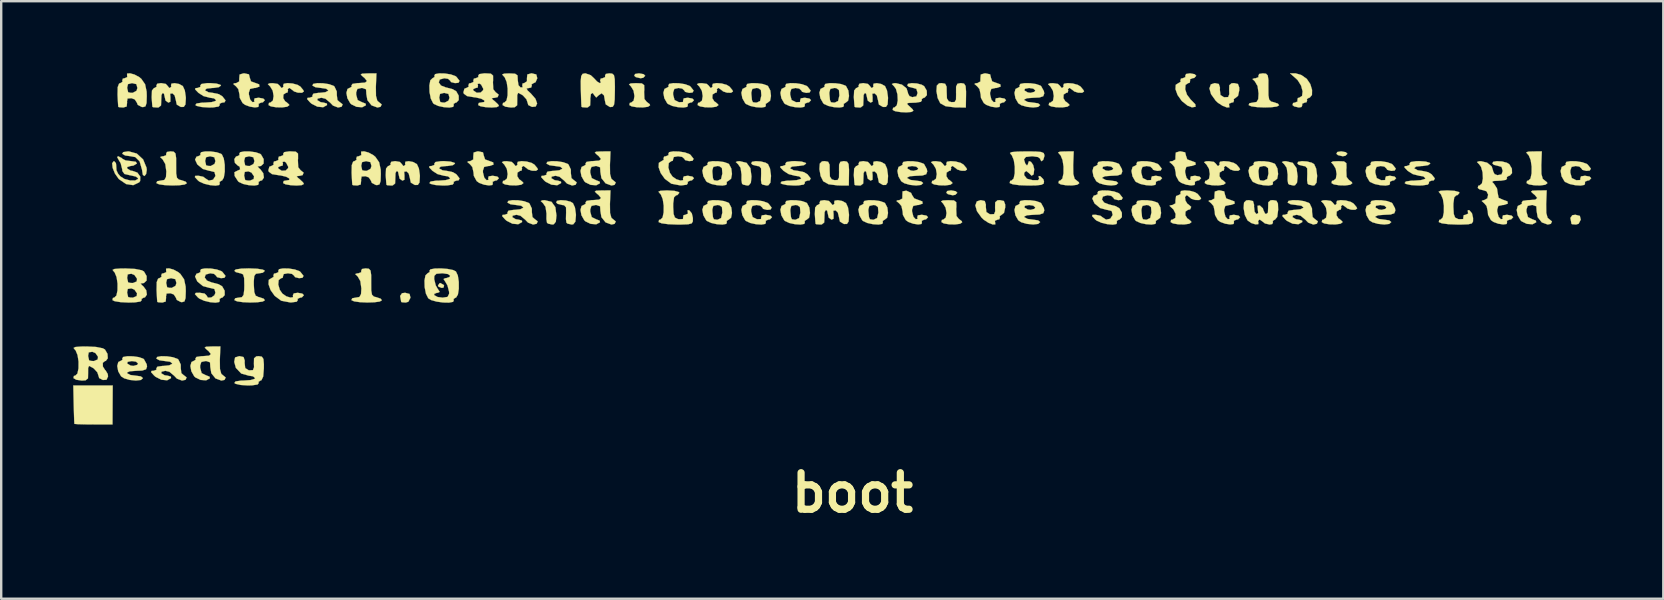
<source format=kicad_pcb>
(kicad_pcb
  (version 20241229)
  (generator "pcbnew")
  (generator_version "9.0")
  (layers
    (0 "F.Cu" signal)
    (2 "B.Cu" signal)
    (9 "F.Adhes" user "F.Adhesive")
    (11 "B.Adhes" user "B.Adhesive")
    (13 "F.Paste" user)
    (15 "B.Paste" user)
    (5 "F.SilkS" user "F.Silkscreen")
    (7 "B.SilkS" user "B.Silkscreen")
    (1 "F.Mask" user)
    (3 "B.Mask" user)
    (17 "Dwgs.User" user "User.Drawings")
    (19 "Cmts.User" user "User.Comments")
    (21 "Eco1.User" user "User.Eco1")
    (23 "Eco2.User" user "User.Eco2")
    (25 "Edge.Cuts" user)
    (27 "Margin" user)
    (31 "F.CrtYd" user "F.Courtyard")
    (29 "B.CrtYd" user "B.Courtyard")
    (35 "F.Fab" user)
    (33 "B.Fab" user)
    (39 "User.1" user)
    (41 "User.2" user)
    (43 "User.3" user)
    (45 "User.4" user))
  (footprint "boot"
    (layer "F.Cu")
    (at 32.473 17.482)
    (property "Reference" "boot" (at 0 0 0) (layer "F.SilkS") (effects (font (size 1.524 1.524) (thickness 0.3))))
    (attr through_hole)
    (fp_poly (pts (xy -17.039 -8.664) (xy -17.018 -8.636) (xy -17.041 -8.549) (xy -17.114 -8.534) (xy -17.253 -8.587) (xy -17.272 -8.636) (xy -17.199 -8.735) (xy -17.176 -8.738) (xy -17.039 -8.664)) (stroke (width 0.01) (type solid)) (fill yes) (layer "F.SilkS"))
    (fp_poly (pts (xy -8.702 -17.441) (xy -8.636 -17.374) (xy -8.721 -17.29) (xy -8.833 -17.272) (xy -9.028 -17.319) (xy -9.093 -17.374) (xy -9.057 -17.449) (xy -8.896 -17.475) (xy -8.702 -17.441)) (stroke (width 0.01) (type solid)) (fill yes) (layer "F.SilkS"))
    (fp_poly (pts (xy 4.303 -12.564) (xy 4.369 -12.497) (xy 4.284 -12.413) (xy 4.172 -12.395) (xy 3.977 -12.442) (xy 3.912 -12.497) (xy 3.948 -12.572) (xy 4.109 -12.598) (xy 4.303 -12.564)) (stroke (width 0.01) (type solid)) (fill yes) (layer "F.SilkS"))
    (fp_poly (pts (xy 20.559 -14.19) (xy 20.625 -14.122) (xy 20.54 -14.039) (xy 20.428 -14.021) (xy 20.233 -14.067) (xy 20.168 -14.122) (xy 20.204 -14.198) (xy 20.365 -14.224) (xy 20.559 -14.19)) (stroke (width 0.01) (type solid)) (fill yes) (layer "F.SilkS"))
    (fp_poly (pts (xy -18.456 -8.283) (xy -18.418 -8.128) (xy -18.507 -7.957) (xy -18.614 -7.925) (xy -18.772 -7.937) (xy -18.804 -7.95) (xy -18.849 -8.199) (xy -18.771 -8.313) (xy -18.641 -8.331) (xy -18.456 -8.283)) (stroke (width 0.01) (type solid)) (fill yes) (layer "F.SilkS"))
    (fp_poly (pts (xy 30.312 -11.535) (xy 30.35 -11.379) (xy 30.261 -11.208) (xy 30.154 -11.176) (xy 29.996 -11.188) (xy 29.964 -11.201) (xy 29.919 -11.45) (xy 29.997 -11.564) (xy 30.127 -11.582) (xy 30.312 -11.535)) (stroke (width 0.01) (type solid)) (fill yes) (layer "F.SilkS"))
    (fp_poly (pts (xy -30.831 -3.658) (xy -30.835 -2.845) (xy -31.623 -2.845) (xy -31.996 -2.848) (xy -32.277 -2.856) (xy -32.416 -2.867) (xy -32.422 -2.87) (xy -32.43 -2.976) (xy -32.439 -3.235) (xy -32.449 -3.594) (xy -32.451 -3.683) (xy -32.468 -4.47) (xy -30.826 -4.47) (xy -30.831 -3.658)) (stroke (width 0.01) (type solid)) (fill yes) (layer "F.SilkS"))
    (fp_poly (pts (xy -12.539 -12.121) (xy -12.38 -11.899) (xy -12.336 -11.557) (xy -12.36 -11.295) (xy -12.444 -11.187) (xy -12.513 -11.176) (xy -12.685 -11.214) (xy -12.729 -11.252) (xy -12.752 -11.4) (xy -12.749 -11.633) (xy -12.79 -11.913) (xy -12.892 -12.061) (xy -12.989 -12.154) (xy -12.911 -12.186) (xy -12.82 -12.189) (xy -12.539 -12.121)) (stroke (width 0.01) (type solid)) (fill yes) (layer "F.SilkS"))
    (fp_poly (pts (xy -4.411 -13.746) (xy -4.252 -13.525) (xy -4.208 -13.183) (xy -4.232 -12.921) (xy -4.316 -12.812) (xy -4.385 -12.802) (xy -4.557 -12.84) (xy -4.601 -12.878) (xy -4.624 -13.025) (xy -4.621 -13.258) (xy -4.662 -13.539) (xy -4.764 -13.687) (xy -4.861 -13.78) (xy -4.783 -13.811) (xy -4.692 -13.814) (xy -4.411 -13.746)) (stroke (width 0.01) (type solid)) (fill yes) (layer "F.SilkS"))
    (fp_poly (pts (xy 18.348 -13.746) (xy 18.506 -13.525) (xy 18.55 -13.183) (xy 18.526 -12.921) (xy 18.442 -12.812) (xy 18.374 -12.802) (xy 18.201 -12.84) (xy 18.157 -12.878) (xy 18.134 -13.025) (xy 18.137 -13.258) (xy 18.097 -13.539) (xy 17.994 -13.687) (xy 17.897 -13.78) (xy 17.976 -13.811) (xy 18.067 -13.814) (xy 18.348 -13.746)) (stroke (width 0.01) (type solid)) (fill yes) (layer "F.SilkS"))
    (fp_poly (pts (xy -29.822 -14.132) (xy -29.559 -13.888) (xy -29.418 -13.546) (xy -29.407 -13.452) (xy -29.434 -13.282) (xy -29.503 -13.196) (xy -29.567 -13.24) (xy -29.577 -13.284) (xy -29.603 -13.451) (xy -29.605 -13.462) (xy -29.705 -13.809) (xy -29.883 -13.985) (xy -30.074 -14.021) (xy -30.307 -14.053) (xy -30.429 -14.122) (xy -30.388 -14.193) (xy -30.185 -14.224) (xy -30.155 -14.224) (xy -29.822 -14.132)) (stroke (width 0.01) (type solid)) (fill yes) (layer "F.SilkS"))
    (fp_poly (pts (xy -11.946 -12.177) (xy -11.744 -12.125) (xy -11.647 -12.065) (xy -11.564 -11.885) (xy -11.524 -11.606) (xy -11.523 -11.557) (xy -11.547 -11.295) (xy -11.632 -11.187) (xy -11.7 -11.176) (xy -11.873 -11.214) (xy -11.918 -11.252) (xy -11.939 -11.398) (xy -11.933 -11.646) (xy -11.932 -11.659) (xy -11.935 -11.891) (xy -12.018 -11.981) (xy -12.092 -11.989) (xy -12.284 -12.037) (xy -12.344 -12.09) (xy -12.316 -12.162) (xy -12.16 -12.191) (xy -11.946 -12.177)) (stroke (width 0.01) (type solid)) (fill yes) (layer "F.SilkS"))
    (fp_poly (pts (xy -3.818 -13.803) (xy -3.616 -13.751) (xy -3.519 -13.691) (xy -3.436 -13.51) (xy -3.396 -13.232) (xy -3.395 -13.183) (xy -3.419 -12.921) (xy -3.504 -12.812) (xy -3.572 -12.802) (xy -3.745 -12.84) (xy -3.79 -12.878) (xy -3.811 -13.023) (xy -3.805 -13.272) (xy -3.804 -13.284) (xy -3.807 -13.517) (xy -3.89 -13.606) (xy -3.964 -13.614) (xy -4.156 -13.663) (xy -4.216 -13.716) (xy -4.188 -13.788) (xy -4.032 -13.816) (xy -3.818 -13.803)) (stroke (width 0.01) (type solid)) (fill yes) (layer "F.SilkS"))
    (fp_poly (pts (xy 18.941 -13.803) (xy 19.142 -13.751) (xy 19.24 -13.691) (xy 19.322 -13.51) (xy 19.362 -13.232) (xy 19.363 -13.183) (xy 19.339 -12.921) (xy 19.255 -12.812) (xy 19.187 -12.802) (xy 19.013 -12.84) (xy 18.969 -12.878) (xy 18.947 -13.023) (xy 18.954 -13.272) (xy 18.955 -13.284) (xy 18.951 -13.517) (xy 18.868 -13.606) (xy 18.794 -13.614) (xy 18.603 -13.663) (xy 18.542 -13.716) (xy 18.571 -13.788) (xy 18.727 -13.816) (xy 18.941 -13.803)) (stroke (width 0.01) (type solid)) (fill yes) (layer "F.SilkS"))
    (fp_poly (pts (xy -8.776 -17.056) (xy -8.679 -16.984) (xy -8.674 -16.791) (xy -8.682 -16.706) (xy -8.669 -16.407) (xy -8.575 -16.289) (xy -8.447 -16.188) (xy -8.433 -16.144) (xy -8.52 -16.083) (xy -8.729 -16.056) (xy -8.981 -16.062) (xy -9.198 -16.099) (xy -9.296 -16.154) (xy -9.277 -16.245) (xy -9.221 -16.256) (xy -9.117 -16.337) (xy -9.084 -16.529) (xy -9.121 -16.752) (xy -9.226 -16.927) (xy -9.239 -16.939) (xy -9.312 -17.019) (xy -9.235 -17.056) (xy -9.022 -17.066) (xy -8.776 -17.056)) (stroke (width 0.01) (type solid)) (fill yes) (layer "F.SilkS"))
    (fp_poly (pts (xy 4.228 -12.18) (xy 4.326 -12.107) (xy 4.331 -11.914) (xy 4.323 -11.829) (xy 4.336 -11.531) (xy 4.43 -11.412) (xy 4.558 -11.312) (xy 4.572 -11.267) (xy 4.485 -11.207) (xy 4.276 -11.18) (xy 4.024 -11.185) (xy 3.807 -11.222) (xy 3.708 -11.278) (xy 3.727 -11.368) (xy 3.784 -11.379) (xy 3.888 -11.461) (xy 3.921 -11.652) (xy 3.884 -11.875) (xy 3.779 -12.05) (xy 3.766 -12.062) (xy 3.693 -12.143) (xy 3.77 -12.179) (xy 3.983 -12.189) (xy 4.228 -12.18)) (stroke (width 0.01) (type solid)) (fill yes) (layer "F.SilkS"))
    (fp_poly (pts (xy 9.198 -13.656) (xy 9.203 -13.281) (xy 9.259 -13.08) (xy 9.312 -13.036) (xy 9.436 -12.935) (xy 9.449 -12.892) (xy 9.362 -12.832) (xy 9.153 -12.805) (xy 8.901 -12.811) (xy 8.684 -12.848) (xy 8.585 -12.903) (xy 8.604 -12.994) (xy 8.658 -13.005) (xy 8.749 -13.092) (xy 8.795 -13.31) (xy 8.797 -13.589) (xy 8.756 -13.861) (xy 8.674 -14.059) (xy 8.641 -14.094) (xy 8.568 -14.175) (xy 8.647 -14.212) (xy 8.852 -14.221) (xy 9.22 -14.224) (xy 9.198 -13.656)) (stroke (width 0.01) (type solid)) (fill yes) (layer "F.SilkS"))
    (fp_poly (pts (xy 20.484 -13.805) (xy 20.582 -13.733) (xy 20.587 -13.54) (xy 20.579 -13.455) (xy 20.592 -13.156) (xy 20.686 -13.038) (xy 20.814 -12.937) (xy 20.828 -12.892) (xy 20.741 -12.832) (xy 20.532 -12.805) (xy 20.28 -12.811) (xy 20.063 -12.848) (xy 19.964 -12.903) (xy 19.983 -12.993) (xy 20.04 -13.005) (xy 20.144 -13.086) (xy 20.177 -13.278) (xy 20.14 -13.501) (xy 20.035 -13.676) (xy 20.022 -13.687) (xy 19.949 -13.768) (xy 20.026 -13.805) (xy 20.239 -13.814) (xy 20.484 -13.805)) (stroke (width 0.01) (type solid)) (fill yes) (layer "F.SilkS"))
    (fp_poly (pts (xy 28.705 -13.656) (xy 28.71 -13.281) (xy 28.766 -13.08) (xy 28.819 -13.036) (xy 28.944 -12.935) (xy 28.956 -12.892) (xy 28.869 -12.832) (xy 28.66 -12.805) (xy 28.408 -12.811) (xy 28.191 -12.848) (xy 28.092 -12.903) (xy 28.111 -12.994) (xy 28.165 -13.005) (xy 28.256 -13.092) (xy 28.302 -13.31) (xy 28.304 -13.589) (xy 28.264 -13.861) (xy 28.181 -14.059) (xy 28.148 -14.094) (xy 28.076 -14.175) (xy 28.154 -14.212) (xy 28.359 -14.221) (xy 28.727 -14.224) (xy 28.705 -13.656)) (stroke (width 0.01) (type solid)) (fill yes) (layer "F.SilkS"))
    (fp_poly (pts (xy -0.226 -13.796) (xy -0.162 -13.698) (xy -0.143 -13.471) (xy -0.144 -13.31) (xy -0.152 -12.802) (xy -0.609 -12.805) (xy -0.996 -12.854) (xy -1.217 -12.978) (xy -1.326 -13.197) (xy -1.376 -13.482) (xy -1.36 -13.715) (xy -1.269 -13.806) (xy -1.16 -13.818) (xy -1.012 -13.79) (xy -0.953 -13.669) (xy -0.95 -13.437) (xy -0.94 -13.177) (xy -0.863 -13.058) (xy -0.752 -13.025) (xy -0.617 -13.03) (xy -0.561 -13.129) (xy -0.557 -13.374) (xy -0.559 -13.406) (xy -0.557 -13.671) (xy -0.502 -13.789) (xy -0.365 -13.818) (xy -0.357 -13.818) (xy -0.226 -13.796)) (stroke (width 0.01) (type solid)) (fill yes) (layer "F.SilkS"))
    (fp_poly (pts (xy 4.651 -17.047) (xy 4.715 -16.949) (xy 4.734 -16.722) (xy 4.733 -16.561) (xy 4.725 -16.053) (xy 4.267 -16.057) (xy 3.881 -16.106) (xy 3.66 -16.229) (xy 3.551 -16.448) (xy 3.501 -16.734) (xy 3.517 -16.966) (xy 3.608 -17.058) (xy 3.717 -17.069) (xy 3.864 -17.041) (xy 3.923 -16.92) (xy 3.927 -16.688) (xy 3.937 -16.429) (xy 4.014 -16.309) (xy 4.125 -16.276) (xy 4.26 -16.281) (xy 4.316 -16.38) (xy 4.32 -16.626) (xy 4.318 -16.657) (xy 4.319 -16.922) (xy 4.375 -17.041) (xy 4.512 -17.069) (xy 4.52 -17.069) (xy 4.651 -17.047)) (stroke (width 0.01) (type solid)) (fill yes) (layer "F.SilkS"))
    (fp_poly (pts (xy 18.707 -17.405) (xy 18.933 -17.246) (xy 19.079 -17.03) (xy 19.153 -16.785) (xy 19.149 -16.575) (xy 19.057 -16.464) (xy 19.024 -16.459) (xy 18.935 -16.404) (xy 18.948 -16.358) (xy 18.924 -16.272) (xy 18.847 -16.256) (xy 18.737 -16.208) (xy 18.745 -16.154) (xy 18.715 -16.074) (xy 18.605 -16.053) (xy 18.408 -16.098) (xy 18.339 -16.154) (xy 18.363 -16.24) (xy 18.44 -16.256) (xy 18.55 -16.304) (xy 18.542 -16.358) (xy 18.561 -16.448) (xy 18.617 -16.459) (xy 18.737 -16.536) (xy 18.76 -16.724) (xy 18.697 -16.962) (xy 18.557 -17.188) (xy 18.498 -17.246) (xy 18.237 -17.475) (xy 18.47 -17.475) (xy 18.707 -17.405)) (stroke (width 0.01) (type solid)) (fill yes) (layer "F.SilkS"))
    (fp_poly (pts (xy -28.282 -14.21) (xy -28.21 -14.134) (xy -28.184 -13.948) (xy -28.184 -13.64) (xy -28.182 -13.308) (xy -28.15 -13.127) (xy -28.069 -13.048) (xy -27.965 -13.023) (xy -27.787 -12.962) (xy -27.737 -12.896) (xy -27.827 -12.843) (xy -28.053 -12.812) (xy -28.35 -12.804) (xy -28.652 -12.817) (xy -28.893 -12.851) (xy -29.007 -12.903) (xy -28.973 -12.98) (xy -28.831 -13.005) (xy -28.674 -13.032) (xy -28.606 -13.153) (xy -28.591 -13.386) (xy -28.634 -13.694) (xy -28.746 -13.89) (xy -28.748 -13.891) (xy -28.848 -13.988) (xy -28.77 -14.016) (xy -28.721 -14.018) (xy -28.598 -14.064) (xy -28.6 -14.122) (xy -28.566 -14.199) (xy -28.419 -14.224) (xy -28.282 -14.21)) (stroke (width 0.01) (type solid)) (fill yes) (layer "F.SilkS"))
    (fp_poly (pts (xy -20.154 -9.333) (xy -20.082 -9.257) (xy -20.056 -9.072) (xy -20.056 -8.763) (xy -20.054 -8.431) (xy -20.022 -8.251) (xy -19.941 -8.171) (xy -19.837 -8.146) (xy -19.659 -8.085) (xy -19.609 -8.019) (xy -19.699 -7.966) (xy -19.925 -7.936) (xy -20.222 -7.927) (xy -20.524 -7.94) (xy -20.765 -7.974) (xy -20.879 -8.026) (xy -20.845 -8.103) (xy -20.703 -8.128) (xy -20.546 -8.155) (xy -20.478 -8.276) (xy -20.463 -8.509) (xy -20.506 -8.817) (xy -20.618 -9.013) (xy -20.62 -9.014) (xy -20.72 -9.111) (xy -20.642 -9.139) (xy -20.593 -9.141) (xy -20.47 -9.187) (xy -20.472 -9.246) (xy -20.438 -9.322) (xy -20.291 -9.347) (xy -20.154 -9.333)) (stroke (width 0.01) (type solid)) (fill yes) (layer "F.SilkS"))
    (fp_poly (pts (xy 14.259 -17.441) (xy 14.326 -17.374) (xy 14.243 -17.284) (xy 14.167 -17.272) (xy 14.062 -17.223) (xy 14.072 -17.17) (xy 14.052 -17.081) (xy 13.992 -17.069) (xy 13.88 -16.994) (xy 13.866 -16.811) (xy 13.94 -16.587) (xy 14.091 -16.385) (xy 14.101 -16.377) (xy 14.288 -16.186) (xy 14.299 -16.083) (xy 14.148 -16.059) (xy 13.962 -16.133) (xy 13.744 -16.307) (xy 13.719 -16.332) (xy 13.548 -16.574) (xy 13.462 -16.815) (xy 13.473 -16.998) (xy 13.585 -17.069) (xy 13.678 -17.122) (xy 13.665 -17.17) (xy 13.689 -17.256) (xy 13.767 -17.272) (xy 13.877 -17.32) (xy 13.868 -17.374) (xy 13.904 -17.449) (xy 14.066 -17.475) (xy 14.259 -17.441)) (stroke (width 0.01) (type solid)) (fill yes) (layer "F.SilkS"))
    (fp_poly (pts (xy 17.235 -17.461) (xy 17.307 -17.385) (xy 17.333 -17.2) (xy 17.332 -16.891) (xy 17.334 -16.559) (xy 17.367 -16.379) (xy 17.447 -16.299) (xy 17.551 -16.274) (xy 17.73 -16.213) (xy 17.78 -16.147) (xy 17.69 -16.094) (xy 17.464 -16.064) (xy 17.167 -16.055) (xy 16.865 -16.068) (xy 16.623 -16.102) (xy 16.51 -16.154) (xy 16.544 -16.231) (xy 16.685 -16.256) (xy 16.843 -16.283) (xy 16.911 -16.404) (xy 16.925 -16.637) (xy 16.883 -16.945) (xy 16.77 -17.141) (xy 16.769 -17.142) (xy 16.669 -17.239) (xy 16.746 -17.267) (xy 16.795 -17.269) (xy 16.919 -17.315) (xy 16.916 -17.374) (xy 16.951 -17.45) (xy 17.098 -17.475) (xy 17.235 -17.461)) (stroke (width 0.01) (type solid)) (fill yes) (layer "F.SilkS"))
    (fp_poly (pts (xy 6.31 -12.156) (xy 6.365 -12.01) (xy 6.365 -11.887) (xy 6.316 -11.663) (xy 6.218 -11.582) (xy 6.133 -11.526) (xy 6.147 -11.481) (xy 6.123 -11.395) (xy 6.045 -11.379) (xy 5.935 -11.331) (xy 5.944 -11.278) (xy 5.956 -11.183) (xy 5.847 -11.178) (xy 5.67 -11.247) (xy 5.478 -11.372) (xy 5.388 -11.455) (xy 5.19 -11.73) (xy 5.121 -11.972) (xy 5.183 -12.139) (xy 5.345 -12.192) (xy 5.514 -12.155) (xy 5.561 -12.005) (xy 5.558 -11.913) (xy 5.581 -11.696) (xy 5.719 -11.608) (xy 5.754 -11.602) (xy 5.903 -11.61) (xy 5.95 -11.731) (xy 5.944 -11.882) (xy 5.949 -12.101) (xy 6.043 -12.184) (xy 6.147 -12.192) (xy 6.31 -12.156)) (stroke (width 0.01) (type solid)) (fill yes) (layer "F.SilkS"))
    (fp_poly (pts (xy 16.064 -17.033) (xy 16.118 -16.886) (xy 16.118 -16.764) (xy 16.069 -16.54) (xy 15.972 -16.459) (xy 15.887 -16.403) (xy 15.9 -16.358) (xy 15.876 -16.272) (xy 15.799 -16.256) (xy 15.689 -16.208) (xy 15.697 -16.154) (xy 15.709 -16.06) (xy 15.601 -16.055) (xy 15.424 -16.124) (xy 15.231 -16.249) (xy 15.141 -16.332) (xy 14.944 -16.607) (xy 14.875 -16.849) (xy 14.936 -17.016) (xy 15.099 -17.069) (xy 15.267 -17.032) (xy 15.315 -16.882) (xy 15.311 -16.789) (xy 15.335 -16.573) (xy 15.473 -16.485) (xy 15.507 -16.479) (xy 15.657 -16.487) (xy 15.704 -16.608) (xy 15.698 -16.759) (xy 15.703 -16.978) (xy 15.796 -17.06) (xy 15.901 -17.069) (xy 16.064 -17.033)) (stroke (width 0.01) (type solid)) (fill yes) (layer "F.SilkS"))
    (fp_poly (pts (xy -24.805 -9.333) (xy -24.566 -9.295) (xy -24.486 -9.246) (xy -24.572 -9.167) (xy -24.72 -9.144) (xy -24.861 -9.124) (xy -24.929 -9.028) (xy -24.947 -8.804) (xy -24.946 -8.661) (xy -24.928 -8.363) (xy -24.871 -8.212) (xy -24.75 -8.153) (xy -24.712 -8.146) (xy -24.534 -8.085) (xy -24.486 -8.019) (xy -24.576 -7.966) (xy -24.802 -7.936) (xy -25.099 -7.927) (xy -25.401 -7.94) (xy -25.642 -7.974) (xy -25.756 -8.026) (xy -25.722 -8.104) (xy -25.584 -8.128) (xy -25.443 -8.148) (xy -25.372 -8.243) (xy -25.345 -8.464) (xy -25.341 -8.636) (xy -25.348 -8.944) (xy -25.393 -9.097) (xy -25.492 -9.143) (xy -25.513 -9.144) (xy -25.7 -9.195) (xy -25.756 -9.246) (xy -25.7 -9.303) (xy -25.461 -9.338) (xy -25.152 -9.347) (xy -24.805 -9.333)) (stroke (width 0.01) (type solid)) (fill yes) (layer "F.SilkS"))
    (fp_poly (pts (xy -29.983 -5.684) (xy -29.74 -5.65) (xy -29.558 -5.587) (xy -29.524 -5.561) (xy -29.411 -5.354) (xy -29.396 -5.257) (xy -29.438 -5.143) (xy -29.596 -5.091) (xy -29.843 -5.08) (xy -30.117 -5.06) (xy -30.23 -5.005) (xy -30.226 -4.978) (xy -30.089 -4.905) (xy -29.864 -4.877) (xy -29.653 -4.847) (xy -29.566 -4.775) (xy -29.651 -4.698) (xy -29.858 -4.675) (xy -30.116 -4.7) (xy -30.351 -4.768) (xy -30.477 -4.85) (xy -30.597 -5.06) (xy -30.637 -5.282) (xy -30.609 -5.385) (xy -30.226 -5.385) (xy -30.083 -5.299) (xy -29.966 -5.283) (xy -29.804 -5.327) (xy -29.769 -5.385) (xy -29.856 -5.461) (xy -30.029 -5.486) (xy -30.202 -5.454) (xy -30.226 -5.385) (xy -30.609 -5.385) (xy -30.592 -5.446) (xy -30.509 -5.486) (xy -30.417 -5.54) (xy -30.429 -5.588) (xy -30.393 -5.655) (xy -30.222 -5.686) (xy -29.983 -5.684)) (stroke (width 0.01) (type solid)) (fill yes) (layer "F.SilkS"))
    (fp_poly (pts (xy -25.149 -17.434) (xy -25.116 -17.297) (xy -25.063 -17.139) (xy -24.917 -17.087) (xy -24.724 -17.017) (xy -24.711 -16.924) (xy -24.874 -16.868) (xy -24.927 -16.866) (xy -25.102 -16.827) (xy -25.153 -16.673) (xy -25.151 -16.593) (xy -25.095 -16.375) (xy -25 -16.275) (xy -24.915 -16.288) (xy -24.935 -16.344) (xy -24.913 -16.434) (xy -24.746 -16.459) (xy -24.552 -16.425) (xy -24.486 -16.358) (xy -24.568 -16.268) (xy -24.644 -16.256) (xy -24.749 -16.207) (xy -24.74 -16.154) (xy -24.756 -16.076) (xy -24.899 -16.056) (xy -25.104 -16.087) (xy -25.306 -16.161) (xy -25.412 -16.237) (xy -25.531 -16.453) (xy -25.545 -16.605) (xy -25.593 -16.822) (xy -25.686 -16.932) (xy -25.803 -17.033) (xy -25.754 -17.063) (xy -25.685 -17.066) (xy -25.556 -17.136) (xy -25.552 -17.272) (xy -25.538 -17.426) (xy -25.38 -17.474) (xy -25.339 -17.475) (xy -25.149 -17.434)) (stroke (width 0.01) (type solid)) (fill yes) (layer "F.SilkS"))
    (fp_poly (pts (xy -15.396 -14.183) (xy -15.363 -14.046) (xy -15.309 -13.888) (xy -15.164 -13.836) (xy -14.971 -13.765) (xy -14.957 -13.673) (xy -15.121 -13.616) (xy -15.174 -13.614) (xy -15.348 -13.576) (xy -15.399 -13.422) (xy -15.397 -13.342) (xy -15.341 -13.124) (xy -15.246 -13.024) (xy -15.161 -13.037) (xy -15.181 -13.093) (xy -15.159 -13.182) (xy -14.992 -13.208) (xy -14.798 -13.174) (xy -14.732 -13.106) (xy -14.815 -13.017) (xy -14.89 -13.005) (xy -14.996 -12.956) (xy -14.986 -12.903) (xy -15.003 -12.824) (xy -15.146 -12.805) (xy -15.351 -12.836) (xy -15.552 -12.91) (xy -15.658 -12.985) (xy -15.777 -13.202) (xy -15.792 -13.354) (xy -15.84 -13.571) (xy -15.932 -13.681) (xy -16.049 -13.782) (xy -16 -13.812) (xy -15.932 -13.814) (xy -15.802 -13.885) (xy -15.799 -14.021) (xy -15.785 -14.175) (xy -15.627 -14.223) (xy -15.585 -14.224) (xy -15.396 -14.183)) (stroke (width 0.01) (type solid)) (fill yes) (layer "F.SilkS"))
    (fp_poly (pts (xy -5.599 -13.812) (xy -5.356 -13.779) (xy -5.176 -13.716) (xy -5.143 -13.691) (xy -5.048 -13.51) (xy -5.02 -13.281) (xy -5.058 -13.086) (xy -5.157 -13.005) (xy -5.246 -12.95) (xy -5.232 -12.903) (xy -5.258 -12.828) (xy -5.416 -12.8) (xy -5.645 -12.815) (xy -5.88 -12.866) (xy -6.06 -12.948) (xy -6.093 -12.978) (xy -6.213 -13.188) (xy -6.253 -13.41) (xy -6.249 -13.426) (xy -5.841 -13.426) (xy -5.836 -13.335) (xy -5.814 -13.108) (xy -5.773 -13.02) (xy -5.672 -13.004) (xy -5.612 -13.005) (xy -5.473 -13.073) (xy -5.421 -13.299) (xy -5.421 -13.31) (xy -5.439 -13.528) (xy -5.547 -13.608) (xy -5.635 -13.614) (xy -5.798 -13.577) (xy -5.841 -13.426) (xy -6.249 -13.426) (xy -6.208 -13.574) (xy -6.125 -13.614) (xy -6.033 -13.668) (xy -6.045 -13.716) (xy -6.009 -13.783) (xy -5.838 -13.814) (xy -5.599 -13.812)) (stroke (width 0.01) (type solid)) (fill yes) (layer "F.SilkS"))
    (fp_poly (pts (xy -5.599 -12.187) (xy -5.356 -12.153) (xy -5.176 -12.09) (xy -5.143 -12.065) (xy -5.048 -11.884) (xy -5.02 -11.656) (xy -5.058 -11.46) (xy -5.157 -11.379) (xy -5.246 -11.324) (xy -5.232 -11.278) (xy -5.258 -11.202) (xy -5.416 -11.175) (xy -5.645 -11.189) (xy -5.88 -11.24) (xy -6.06 -11.322) (xy -6.093 -11.352) (xy -6.213 -11.562) (xy -6.253 -11.785) (xy -6.249 -11.8) (xy -5.841 -11.8) (xy -5.836 -11.709) (xy -5.814 -11.483) (xy -5.773 -11.394) (xy -5.672 -11.379) (xy -5.612 -11.379) (xy -5.473 -11.447) (xy -5.421 -11.674) (xy -5.421 -11.684) (xy -5.439 -11.903) (xy -5.547 -11.982) (xy -5.635 -11.989) (xy -5.798 -11.951) (xy -5.841 -11.8) (xy -6.249 -11.8) (xy -6.208 -11.948) (xy -6.125 -11.989) (xy -6.033 -12.042) (xy -6.045 -12.09) (xy -6.009 -12.157) (xy -5.838 -12.189) (xy -5.599 -12.187)) (stroke (width 0.01) (type solid)) (fill yes) (layer "F.SilkS"))
    (fp_poly (pts (xy -3.973 -17.063) (xy -3.73 -17.03) (xy -3.55 -16.967) (xy -3.518 -16.942) (xy -3.423 -16.761) (xy -3.395 -16.532) (xy -3.432 -16.337) (xy -3.532 -16.256) (xy -3.62 -16.201) (xy -3.607 -16.154) (xy -3.632 -16.079) (xy -3.791 -16.052) (xy -4.019 -16.066) (xy -4.255 -16.117) (xy -4.434 -16.199) (xy -4.468 -16.229) (xy -4.588 -16.439) (xy -4.628 -16.662) (xy -4.623 -16.677) (xy -4.216 -16.677) (xy -4.211 -16.586) (xy -4.188 -16.36) (xy -4.148 -16.271) (xy -4.046 -16.256) (xy -3.987 -16.256) (xy -3.848 -16.324) (xy -3.796 -16.551) (xy -3.795 -16.561) (xy -3.814 -16.779) (xy -3.921 -16.859) (xy -4.009 -16.866) (xy -4.172 -16.828) (xy -4.216 -16.677) (xy -4.623 -16.677) (xy -4.583 -16.825) (xy -4.5 -16.866) (xy -4.407 -16.919) (xy -4.42 -16.967) (xy -4.383 -17.034) (xy -4.212 -17.065) (xy -3.973 -17.063)) (stroke (width 0.01) (type solid)) (fill yes) (layer "F.SilkS"))
    (fp_poly (pts (xy -2.347 -12.187) (xy -2.105 -12.153) (xy -1.925 -12.09) (xy -1.892 -12.065) (xy -1.797 -11.884) (xy -1.769 -11.656) (xy -1.807 -11.46) (xy -1.906 -11.379) (xy -1.995 -11.324) (xy -1.981 -11.278) (xy -2.007 -11.202) (xy -2.165 -11.175) (xy -2.394 -11.189) (xy -2.629 -11.24) (xy -2.808 -11.322) (xy -2.842 -11.352) (xy -2.962 -11.562) (xy -3.002 -11.785) (xy -2.998 -11.8) (xy -2.59 -11.8) (xy -2.585 -11.709) (xy -2.562 -11.483) (xy -2.522 -11.394) (xy -2.421 -11.379) (xy -2.361 -11.379) (xy -2.222 -11.447) (xy -2.17 -11.674) (xy -2.17 -11.684) (xy -2.188 -11.903) (xy -2.295 -11.982) (xy -2.384 -11.989) (xy -2.547 -11.951) (xy -2.59 -11.8) (xy -2.998 -11.8) (xy -2.957 -11.948) (xy -2.874 -11.989) (xy -2.781 -12.042) (xy -2.794 -12.09) (xy -2.758 -12.157) (xy -2.587 -12.189) (xy -2.347 -12.187)) (stroke (width 0.01) (type solid)) (fill yes) (layer "F.SilkS"))
    (fp_poly (pts (xy -0.722 -17.063) (xy -0.479 -17.03) (xy -0.299 -16.967) (xy -0.266 -16.942) (xy -0.171 -16.761) (xy -0.143 -16.532) (xy -0.181 -16.337) (xy -0.28 -16.256) (xy -0.369 -16.201) (xy -0.356 -16.154) (xy -0.381 -16.079) (xy -0.539 -16.052) (xy -0.768 -16.066) (xy -1.003 -16.117) (xy -1.183 -16.199) (xy -1.216 -16.229) (xy -1.337 -16.439) (xy -1.376 -16.662) (xy -1.372 -16.677) (xy -0.965 -16.677) (xy -0.96 -16.586) (xy -0.937 -16.36) (xy -0.896 -16.271) (xy -0.795 -16.256) (xy -0.736 -16.256) (xy -0.597 -16.324) (xy -0.545 -16.551) (xy -0.544 -16.561) (xy -0.562 -16.779) (xy -0.67 -16.859) (xy -0.758 -16.866) (xy -0.921 -16.828) (xy -0.965 -16.677) (xy -1.372 -16.677) (xy -1.332 -16.825) (xy -1.248 -16.866) (xy -1.156 -16.919) (xy -1.168 -16.967) (xy -1.132 -17.034) (xy -0.961 -17.065) (xy -0.722 -17.063)) (stroke (width 0.01) (type solid)) (fill yes) (layer "F.SilkS"))
    (fp_poly (pts (xy 0.904 -12.187) (xy 1.146 -12.153) (xy 1.327 -12.09) (xy 1.359 -12.065) (xy 1.454 -11.884) (xy 1.482 -11.656) (xy 1.445 -11.46) (xy 1.345 -11.379) (xy 1.257 -11.324) (xy 1.27 -11.278) (xy 1.245 -11.202) (xy 1.086 -11.175) (xy 0.858 -11.189) (xy 0.622 -11.24) (xy 0.443 -11.322) (xy 0.409 -11.352) (xy 0.289 -11.562) (xy 0.249 -11.785) (xy 0.253 -11.8) (xy 0.661 -11.8) (xy 0.666 -11.709) (xy 0.689 -11.483) (xy 0.729 -11.394) (xy 0.831 -11.379) (xy 0.89 -11.379) (xy 1.029 -11.447) (xy 1.081 -11.674) (xy 1.081 -11.684) (xy 1.063 -11.903) (xy 0.956 -11.982) (xy 0.867 -11.989) (xy 0.705 -11.951) (xy 0.661 -11.8) (xy 0.253 -11.8) (xy 0.294 -11.948) (xy 0.377 -11.989) (xy 0.47 -12.042) (xy 0.457 -12.09) (xy 0.494 -12.157) (xy 0.664 -12.189) (xy 0.904 -12.187)) (stroke (width 0.01) (type solid)) (fill yes) (layer "F.SilkS"))
    (fp_poly (pts (xy 2.265 -12.579) (xy 2.442 -12.496) (xy 2.489 -12.395) (xy 2.576 -12.264) (xy 2.718 -12.21) (xy 2.911 -12.14) (xy 2.925 -12.047) (xy 2.761 -11.991) (xy 2.708 -11.989) (xy 2.533 -11.951) (xy 2.483 -11.796) (xy 2.484 -11.716) (xy 2.541 -11.499) (xy 2.635 -11.398) (xy 2.72 -11.411) (xy 2.701 -11.468) (xy 2.723 -11.557) (xy 2.89 -11.582) (xy 3.083 -11.548) (xy 3.15 -11.481) (xy 3.067 -11.392) (xy 2.991 -11.379) (xy 2.886 -11.33) (xy 2.896 -11.278) (xy 2.879 -11.199) (xy 2.736 -11.179) (xy 2.531 -11.21) (xy 2.33 -11.284) (xy 2.223 -11.36) (xy 2.104 -11.576) (xy 2.09 -11.728) (xy 2.042 -11.946) (xy 1.95 -12.055) (xy 1.832 -12.156) (xy 1.881 -12.186) (xy 1.95 -12.189) (xy 2.079 -12.258) (xy 2.082 -12.402) (xy 2.089 -12.557) (xy 2.233 -12.584) (xy 2.265 -12.579)) (stroke (width 0.01) (type solid)) (fill yes) (layer "F.SilkS"))
    (fp_poly (pts (xy 2.529 -13.812) (xy 2.772 -13.778) (xy 2.954 -13.715) (xy 2.988 -13.689) (xy 3.101 -13.482) (xy 3.116 -13.385) (xy 3.074 -13.271) (xy 2.916 -13.219) (xy 2.669 -13.208) (xy 2.395 -13.188) (xy 2.282 -13.133) (xy 2.286 -13.106) (xy 2.423 -13.033) (xy 2.648 -13.005) (xy 2.859 -12.975) (xy 2.946 -12.903) (xy 2.861 -12.826) (xy 2.654 -12.803) (xy 2.396 -12.828) (xy 2.161 -12.896) (xy 2.035 -12.978) (xy 1.915 -13.188) (xy 1.875 -13.41) (xy 1.903 -13.513) (xy 2.286 -13.513) (xy 2.429 -13.427) (xy 2.546 -13.411) (xy 2.708 -13.455) (xy 2.743 -13.513) (xy 2.656 -13.589) (xy 2.483 -13.614) (xy 2.31 -13.582) (xy 2.286 -13.513) (xy 1.903 -13.513) (xy 1.92 -13.574) (xy 2.003 -13.614) (xy 2.095 -13.668) (xy 2.083 -13.716) (xy 2.119 -13.783) (xy 2.29 -13.814) (xy 2.529 -13.812)) (stroke (width 0.01) (type solid)) (fill yes) (layer "F.SilkS"))
    (fp_poly (pts (xy 5.737 -17.434) (xy 5.77 -17.297) (xy 5.824 -17.139) (xy 5.969 -17.087) (xy 6.162 -17.017) (xy 6.176 -16.924) (xy 6.012 -16.868) (xy 5.959 -16.866) (xy 5.785 -16.827) (xy 5.734 -16.673) (xy 5.736 -16.593) (xy 5.792 -16.375) (xy 5.886 -16.275) (xy 5.972 -16.288) (xy 5.952 -16.344) (xy 5.974 -16.434) (xy 6.141 -16.459) (xy 6.335 -16.425) (xy 6.401 -16.358) (xy 6.318 -16.268) (xy 6.242 -16.256) (xy 6.137 -16.207) (xy 6.147 -16.154) (xy 6.13 -16.076) (xy 5.987 -16.056) (xy 5.782 -16.087) (xy 5.581 -16.161) (xy 5.475 -16.237) (xy 5.356 -16.453) (xy 5.341 -16.605) (xy 5.293 -16.822) (xy 5.201 -16.932) (xy 5.084 -17.033) (xy 5.132 -17.063) (xy 5.201 -17.066) (xy 5.331 -17.136) (xy 5.334 -17.272) (xy 5.348 -17.426) (xy 5.506 -17.474) (xy 5.547 -17.475) (xy 5.737 -17.434)) (stroke (width 0.01) (type solid)) (fill yes) (layer "F.SilkS"))
    (fp_poly (pts (xy 7.406 -17.063) (xy 7.649 -17.03) (xy 7.831 -16.966) (xy 7.864 -16.941) (xy 7.978 -16.733) (xy 7.993 -16.636) (xy 7.951 -16.522) (xy 7.793 -16.47) (xy 7.546 -16.459) (xy 7.272 -16.439) (xy 7.158 -16.385) (xy 7.163 -16.358) (xy 7.3 -16.284) (xy 7.524 -16.256) (xy 7.736 -16.226) (xy 7.823 -16.154) (xy 7.738 -16.077) (xy 7.531 -16.054) (xy 7.273 -16.08) (xy 7.037 -16.147) (xy 6.912 -16.229) (xy 6.791 -16.439) (xy 6.752 -16.662) (xy 6.78 -16.764) (xy 7.163 -16.764) (xy 7.306 -16.679) (xy 7.423 -16.662) (xy 7.585 -16.706) (xy 7.62 -16.764) (xy 7.533 -16.84) (xy 7.36 -16.866) (xy 7.187 -16.833) (xy 7.163 -16.764) (xy 6.78 -16.764) (xy 6.796 -16.825) (xy 6.88 -16.866) (xy 6.972 -16.919) (xy 6.96 -16.967) (xy 6.996 -17.034) (xy 7.166 -17.066) (xy 7.406 -17.063)) (stroke (width 0.01) (type solid)) (fill yes) (layer "F.SilkS"))
    (fp_poly (pts (xy 7.406 -12.187) (xy 7.649 -12.153) (xy 7.831 -12.089) (xy 7.864 -12.064) (xy 7.978 -11.856) (xy 7.993 -11.759) (xy 7.951 -11.646) (xy 7.793 -11.593) (xy 7.546 -11.582) (xy 7.272 -11.562) (xy 7.158 -11.508) (xy 7.163 -11.481) (xy 7.3 -11.408) (xy 7.524 -11.379) (xy 7.736 -11.349) (xy 7.823 -11.278) (xy 7.738 -11.201) (xy 7.531 -11.178) (xy 7.273 -11.203) (xy 7.037 -11.27) (xy 6.912 -11.352) (xy 6.791 -11.562) (xy 6.752 -11.785) (xy 6.78 -11.887) (xy 7.163 -11.887) (xy 7.306 -11.802) (xy 7.423 -11.786) (xy 7.585 -11.829) (xy 7.62 -11.887) (xy 7.533 -11.963) (xy 7.36 -11.989) (xy 7.187 -11.957) (xy 7.163 -11.887) (xy 6.78 -11.887) (xy 6.796 -11.948) (xy 6.88 -11.989) (xy 6.972 -12.042) (xy 6.96 -12.09) (xy 6.996 -12.157) (xy 7.166 -12.189) (xy 7.406 -12.187)) (stroke (width 0.01) (type solid)) (fill yes) (layer "F.SilkS"))
    (fp_poly (pts (xy 10.657 -13.812) (xy 10.9 -13.778) (xy 11.082 -13.715) (xy 11.116 -13.689) (xy 11.229 -13.482) (xy 11.244 -13.385) (xy 11.202 -13.271) (xy 11.044 -13.219) (xy 10.797 -13.208) (xy 10.523 -13.188) (xy 10.41 -13.133) (xy 10.414 -13.106) (xy 10.551 -13.033) (xy 10.776 -13.005) (xy 10.987 -12.975) (xy 11.074 -12.903) (xy 10.989 -12.826) (xy 10.782 -12.803) (xy 10.524 -12.828) (xy 10.289 -12.896) (xy 10.163 -12.978) (xy 10.043 -13.188) (xy 10.003 -13.41) (xy 10.031 -13.513) (xy 10.414 -13.513) (xy 10.557 -13.427) (xy 10.674 -13.411) (xy 10.836 -13.455) (xy 10.871 -13.513) (xy 10.784 -13.589) (xy 10.611 -13.614) (xy 10.438 -13.582) (xy 10.414 -13.513) (xy 10.031 -13.513) (xy 10.048 -13.574) (xy 10.131 -13.614) (xy 10.223 -13.668) (xy 10.211 -13.716) (xy 10.247 -13.783) (xy 10.418 -13.814) (xy 10.657 -13.812)) (stroke (width 0.01) (type solid)) (fill yes) (layer "F.SilkS"))
    (fp_poly (pts (xy 12.283 -12.187) (xy 12.526 -12.153) (xy 12.706 -12.09) (xy 12.738 -12.065) (xy 12.833 -11.884) (xy 12.861 -11.656) (xy 12.824 -11.46) (xy 12.724 -11.379) (xy 12.636 -11.324) (xy 12.649 -11.278) (xy 12.624 -11.202) (xy 12.465 -11.175) (xy 12.237 -11.189) (xy 12.001 -11.24) (xy 11.822 -11.322) (xy 11.788 -11.352) (xy 11.668 -11.562) (xy 11.628 -11.785) (xy 11.633 -11.8) (xy 12.04 -11.8) (xy 12.045 -11.709) (xy 12.068 -11.483) (xy 12.108 -11.394) (xy 12.21 -11.379) (xy 12.269 -11.379) (xy 12.408 -11.447) (xy 12.46 -11.674) (xy 12.461 -11.684) (xy 12.442 -11.903) (xy 12.335 -11.982) (xy 12.247 -11.989) (xy 12.084 -11.951) (xy 12.04 -11.8) (xy 11.633 -11.8) (xy 11.673 -11.948) (xy 11.756 -11.989) (xy 11.849 -12.042) (xy 11.836 -12.09) (xy 11.873 -12.157) (xy 12.044 -12.189) (xy 12.283 -12.187)) (stroke (width 0.01) (type solid)) (fill yes) (layer "F.SilkS"))
    (fp_poly (pts (xy 13.865 -14.183) (xy 13.898 -14.046) (xy 13.952 -13.888) (xy 14.097 -13.836) (xy 14.29 -13.765) (xy 14.304 -13.673) (xy 14.14 -13.616) (xy 14.087 -13.614) (xy 13.913 -13.576) (xy 13.862 -13.422) (xy 13.864 -13.342) (xy 13.92 -13.124) (xy 14.014 -13.024) (xy 14.1 -13.037) (xy 14.08 -13.093) (xy 14.102 -13.182) (xy 14.269 -13.208) (xy 14.463 -13.174) (xy 14.529 -13.106) (xy 14.446 -13.017) (xy 14.37 -13.005) (xy 14.265 -12.956) (xy 14.275 -12.903) (xy 14.258 -12.824) (xy 14.115 -12.805) (xy 13.91 -12.836) (xy 13.709 -12.91) (xy 13.603 -12.985) (xy 13.484 -13.202) (xy 13.469 -13.354) (xy 13.421 -13.571) (xy 13.329 -13.681) (xy 13.212 -13.782) (xy 13.26 -13.812) (xy 13.329 -13.814) (xy 13.459 -13.885) (xy 13.462 -14.021) (xy 13.476 -14.175) (xy 13.634 -14.223) (xy 13.675 -14.224) (xy 13.865 -14.183)) (stroke (width 0.01) (type solid)) (fill yes) (layer "F.SilkS"))
    (fp_poly (pts (xy 15.491 -12.557) (xy 15.524 -12.421) (xy 15.577 -12.262) (xy 15.723 -12.21) (xy 15.916 -12.14) (xy 15.929 -12.047) (xy 15.766 -11.991) (xy 15.713 -11.989) (xy 15.538 -11.951) (xy 15.487 -11.796) (xy 15.489 -11.716) (xy 15.545 -11.499) (xy 15.64 -11.398) (xy 15.725 -11.411) (xy 15.705 -11.468) (xy 15.727 -11.557) (xy 15.894 -11.582) (xy 16.088 -11.548) (xy 16.154 -11.481) (xy 16.072 -11.392) (xy 15.996 -11.379) (xy 15.891 -11.33) (xy 15.9 -11.278) (xy 15.884 -11.199) (xy 15.741 -11.179) (xy 15.536 -11.21) (xy 15.334 -11.284) (xy 15.228 -11.36) (xy 15.109 -11.576) (xy 15.095 -11.728) (xy 15.047 -11.946) (xy 14.954 -12.055) (xy 14.837 -12.156) (xy 14.886 -12.186) (xy 14.955 -12.189) (xy 15.084 -12.26) (xy 15.088 -12.395) (xy 15.102 -12.549) (xy 15.26 -12.598) (xy 15.301 -12.598) (xy 15.491 -12.557)) (stroke (width 0.01) (type solid)) (fill yes) (layer "F.SilkS"))
    (fp_poly (pts (xy 17.16 -13.812) (xy 17.402 -13.779) (xy 17.583 -13.716) (xy 17.615 -13.691) (xy 17.71 -13.51) (xy 17.738 -13.281) (xy 17.701 -13.086) (xy 17.601 -13.005) (xy 17.513 -12.95) (xy 17.526 -12.903) (xy 17.501 -12.828) (xy 17.342 -12.8) (xy 17.114 -12.815) (xy 16.878 -12.866) (xy 16.699 -12.948) (xy 16.665 -12.978) (xy 16.545 -13.188) (xy 16.505 -13.41) (xy 16.509 -13.426) (xy 16.917 -13.426) (xy 16.922 -13.335) (xy 16.945 -13.108) (xy 16.985 -13.02) (xy 17.087 -13.004) (xy 17.146 -13.005) (xy 17.285 -13.073) (xy 17.337 -13.299) (xy 17.337 -13.31) (xy 17.319 -13.528) (xy 17.212 -13.608) (xy 17.123 -13.614) (xy 16.961 -13.577) (xy 16.917 -13.426) (xy 16.509 -13.426) (xy 16.55 -13.574) (xy 16.633 -13.614) (xy 16.726 -13.668) (xy 16.713 -13.716) (xy 16.75 -13.783) (xy 16.92 -13.814) (xy 17.16 -13.812)) (stroke (width 0.01) (type solid)) (fill yes) (layer "F.SilkS"))
    (fp_poly (pts (xy 22.036 -12.187) (xy 22.28 -12.153) (xy 22.461 -12.089) (xy 22.495 -12.064) (xy 22.608 -11.856) (xy 22.623 -11.759) (xy 22.581 -11.646) (xy 22.423 -11.593) (xy 22.177 -11.582) (xy 21.902 -11.562) (xy 21.789 -11.508) (xy 21.793 -11.481) (xy 21.931 -11.408) (xy 22.155 -11.379) (xy 22.366 -11.349) (xy 22.454 -11.278) (xy 22.369 -11.201) (xy 22.161 -11.178) (xy 21.904 -11.203) (xy 21.668 -11.27) (xy 21.542 -11.352) (xy 21.422 -11.562) (xy 21.382 -11.785) (xy 21.41 -11.887) (xy 21.793 -11.887) (xy 21.937 -11.802) (xy 22.053 -11.786) (xy 22.215 -11.829) (xy 22.25 -11.887) (xy 22.163 -11.963) (xy 21.99 -11.989) (xy 21.818 -11.957) (xy 21.793 -11.887) (xy 21.41 -11.887) (xy 21.427 -11.948) (xy 21.51 -11.989) (xy 21.603 -12.042) (xy 21.59 -12.09) (xy 21.626 -12.157) (xy 21.797 -12.189) (xy 22.036 -12.187)) (stroke (width 0.01) (type solid)) (fill yes) (layer "F.SilkS"))
    (fp_poly (pts (xy -24.611 -5.669) (xy -24.546 -5.572) (xy -24.527 -5.349) (xy -24.528 -5.182) (xy -24.556 -4.84) (xy -24.63 -4.686) (xy -24.669 -4.674) (xy -24.754 -4.617) (xy -24.74 -4.572) (xy -24.79 -4.509) (xy -25.016 -4.475) (xy -25.185 -4.47) (xy -25.49 -4.489) (xy -25.703 -4.537) (xy -25.756 -4.572) (xy -25.707 -4.637) (xy -25.486 -4.67) (xy -25.355 -4.674) (xy -25.08 -4.694) (xy -24.914 -4.744) (xy -24.892 -4.775) (xy -24.979 -4.851) (xy -25.153 -4.877) (xy -25.471 -4.967) (xy -25.693 -5.202) (xy -25.762 -5.451) (xy -25.727 -5.636) (xy -25.558 -5.689) (xy -25.541 -5.69) (xy -25.373 -5.653) (xy -25.325 -5.503) (xy -25.329 -5.41) (xy -25.305 -5.194) (xy -25.167 -5.106) (xy -25.133 -5.1) (xy -24.983 -5.108) (xy -24.936 -5.229) (xy -24.942 -5.379) (xy -24.937 -5.599) (xy -24.843 -5.681) (xy -24.744 -5.69) (xy -24.611 -5.669)) (stroke (width 0.01) (type solid)) (fill yes) (layer "F.SilkS"))
    (fp_poly (pts (xy -7.23 -17.062) (xy -6.983 -17.024) (xy -6.793 -16.956) (xy -6.749 -16.924) (xy -6.618 -16.757) (xy -6.664 -16.677) (xy -6.807 -16.662) (xy -6.972 -16.705) (xy -7.01 -16.764) (xy -7.097 -16.842) (xy -7.249 -16.866) (xy -7.422 -16.828) (xy -7.474 -16.677) (xy -7.473 -16.586) (xy -7.412 -16.363) (xy -7.232 -16.274) (xy -7.223 -16.273) (xy -7.06 -16.281) (xy -7.056 -16.349) (xy -7.029 -16.434) (xy -6.864 -16.459) (xy -6.67 -16.425) (xy -6.604 -16.358) (xy -6.687 -16.268) (xy -6.762 -16.256) (xy -6.868 -16.207) (xy -6.858 -16.154) (xy -6.883 -16.079) (xy -7.042 -16.052) (xy -7.27 -16.066) (xy -7.506 -16.117) (xy -7.685 -16.199) (xy -7.719 -16.229) (xy -7.839 -16.439) (xy -7.879 -16.662) (xy -7.834 -16.825) (xy -7.751 -16.866) (xy -7.658 -16.919) (xy -7.671 -16.967) (xy -7.638 -17.037) (xy -7.47 -17.067) (xy -7.23 -17.062)) (stroke (width 0.01) (type solid)) (fill yes) (layer "F.SilkS"))
    (fp_poly (pts (xy -3.979 -12.185) (xy -3.732 -12.147) (xy -3.542 -12.079) (xy -3.498 -12.047) (xy -3.367 -11.88) (xy -3.413 -11.8) (xy -3.556 -11.786) (xy -3.721 -11.828) (xy -3.759 -11.887) (xy -3.846 -11.965) (xy -3.998 -11.989) (xy -4.171 -11.952) (xy -4.223 -11.8) (xy -4.221 -11.709) (xy -4.16 -11.486) (xy -3.981 -11.397) (xy -3.972 -11.396) (xy -3.808 -11.404) (xy -3.805 -11.472) (xy -3.778 -11.557) (xy -3.613 -11.582) (xy -3.419 -11.548) (xy -3.353 -11.481) (xy -3.435 -11.392) (xy -3.511 -11.379) (xy -3.616 -11.33) (xy -3.607 -11.278) (xy -3.632 -11.202) (xy -3.791 -11.175) (xy -4.019 -11.189) (xy -4.255 -11.24) (xy -4.434 -11.322) (xy -4.468 -11.352) (xy -4.588 -11.562) (xy -4.628 -11.785) (xy -4.583 -11.948) (xy -4.5 -11.989) (xy -4.407 -12.042) (xy -4.42 -12.09) (xy -4.386 -12.16) (xy -4.218 -12.191) (xy -3.979 -12.185)) (stroke (width 0.01) (type solid)) (fill yes) (layer "F.SilkS"))
    (fp_poly (pts (xy -2.353 -17.062) (xy -2.107 -17.024) (xy -1.916 -16.956) (xy -1.872 -16.924) (xy -1.741 -16.757) (xy -1.787 -16.677) (xy -1.93 -16.662) (xy -2.095 -16.705) (xy -2.134 -16.764) (xy -2.22 -16.842) (xy -2.372 -16.866) (xy -2.545 -16.828) (xy -2.597 -16.677) (xy -2.596 -16.586) (xy -2.535 -16.363) (xy -2.355 -16.274) (xy -2.346 -16.273) (xy -2.183 -16.281) (xy -2.179 -16.349) (xy -2.152 -16.434) (xy -1.987 -16.459) (xy -1.793 -16.425) (xy -1.727 -16.358) (xy -1.81 -16.268) (xy -1.886 -16.256) (xy -1.991 -16.207) (xy -1.981 -16.154) (xy -2.007 -16.079) (xy -2.165 -16.052) (xy -2.394 -16.066) (xy -2.629 -16.117) (xy -2.808 -16.199) (xy -2.842 -16.229) (xy -2.962 -16.439) (xy -3.002 -16.662) (xy -2.957 -16.825) (xy -2.874 -16.866) (xy -2.781 -16.919) (xy -2.794 -16.967) (xy -2.761 -17.037) (xy -2.593 -17.067) (xy -2.353 -17.062)) (stroke (width 0.01) (type solid)) (fill yes) (layer "F.SilkS"))
    (fp_poly (pts (xy 12.277 -13.811) (xy 12.524 -13.773) (xy 12.714 -13.705) (xy 12.758 -13.672) (xy 12.889 -13.505) (xy 12.843 -13.426) (xy 12.7 -13.411) (xy 12.535 -13.454) (xy 12.497 -13.513) (xy 12.41 -13.591) (xy 12.258 -13.614) (xy 12.085 -13.577) (xy 12.033 -13.426) (xy 12.035 -13.335) (xy 12.096 -13.112) (xy 12.275 -13.023) (xy 12.284 -13.022) (xy 12.448 -13.03) (xy 12.451 -13.098) (xy 12.478 -13.182) (xy 12.643 -13.208) (xy 12.837 -13.174) (xy 12.903 -13.106) (xy 12.821 -13.017) (xy 12.745 -13.005) (xy 12.64 -12.956) (xy 12.649 -12.903) (xy 12.624 -12.828) (xy 12.465 -12.8) (xy 12.237 -12.815) (xy 12.001 -12.866) (xy 11.822 -12.948) (xy 11.788 -12.978) (xy 11.668 -13.188) (xy 11.628 -13.41) (xy 11.673 -13.574) (xy 11.756 -13.614) (xy 11.849 -13.668) (xy 11.836 -13.716) (xy 11.87 -13.786) (xy 12.038 -13.816) (xy 12.277 -13.811)) (stroke (width 0.01) (type solid)) (fill yes) (layer "F.SilkS"))
    (fp_poly (pts (xy 22.031 -13.811) (xy 22.277 -13.773) (xy 22.468 -13.705) (xy 22.512 -13.672) (xy 22.643 -13.505) (xy 22.597 -13.426) (xy 22.454 -13.411) (xy 22.289 -13.454) (xy 22.25 -13.513) (xy 22.164 -13.591) (xy 22.012 -13.614) (xy 21.839 -13.577) (xy 21.787 -13.426) (xy 21.788 -13.335) (xy 21.849 -13.112) (xy 22.029 -13.023) (xy 22.038 -13.022) (xy 22.201 -13.03) (xy 22.205 -13.098) (xy 22.232 -13.182) (xy 22.397 -13.208) (xy 22.591 -13.174) (xy 22.657 -13.106) (xy 22.574 -13.017) (xy 22.498 -13.005) (xy 22.393 -12.956) (xy 22.403 -12.903) (xy 22.377 -12.828) (xy 22.219 -12.8) (xy 21.99 -12.815) (xy 21.755 -12.866) (xy 21.576 -12.948) (xy 21.542 -12.978) (xy 21.422 -13.188) (xy 21.382 -13.41) (xy 21.427 -13.574) (xy 21.51 -13.614) (xy 21.603 -13.668) (xy 21.59 -13.716) (xy 21.623 -13.786) (xy 21.791 -13.816) (xy 22.031 -13.811)) (stroke (width 0.01) (type solid)) (fill yes) (layer "F.SilkS"))
    (fp_poly (pts (xy 30.159 -13.811) (xy 30.405 -13.773) (xy 30.596 -13.705) (xy 30.64 -13.672) (xy 30.771 -13.505) (xy 30.725 -13.426) (xy 30.582 -13.411) (xy 30.417 -13.454) (xy 30.378 -13.513) (xy 30.292 -13.591) (xy 30.14 -13.614) (xy 29.967 -13.577) (xy 29.915 -13.426) (xy 29.916 -13.335) (xy 29.977 -13.112) (xy 30.157 -13.023) (xy 30.166 -13.022) (xy 30.329 -13.03) (xy 30.333 -13.098) (xy 30.36 -13.182) (xy 30.525 -13.208) (xy 30.719 -13.174) (xy 30.785 -13.106) (xy 30.702 -13.017) (xy 30.626 -13.005) (xy 30.521 -12.956) (xy 30.531 -12.903) (xy 30.505 -12.828) (xy 30.347 -12.8) (xy 30.118 -12.815) (xy 29.883 -12.866) (xy 29.704 -12.948) (xy 29.67 -12.978) (xy 29.55 -13.188) (xy 29.51 -13.41) (xy 29.555 -13.574) (xy 29.638 -13.614) (xy 29.731 -13.668) (xy 29.718 -13.716) (xy 29.751 -13.786) (xy 29.919 -13.816) (xy 30.159 -13.811)) (stroke (width 0.01) (type solid)) (fill yes) (layer "F.SilkS"))
    (fp_poly (pts (xy -28.565 -5.683) (xy -28.319 -5.646) (xy -28.13 -5.579) (xy -28.089 -5.548) (xy -27.991 -5.34) (xy -27.99 -5.188) (xy -27.965 -4.983) (xy -27.884 -4.912) (xy -27.747 -4.805) (xy -27.79 -4.705) (xy -27.939 -4.674) (xy -28.15 -4.754) (xy -28.268 -4.877) (xy -28.463 -5.039) (xy -28.631 -5.08) (xy -28.788 -5.045) (xy -28.804 -4.978) (xy -28.661 -4.894) (xy -28.538 -4.877) (xy -28.401 -4.837) (xy -28.397 -4.775) (xy -28.557 -4.685) (xy -28.798 -4.708) (xy -29.042 -4.831) (xy -29.101 -4.883) (xy -29.228 -5.024) (xy -29.209 -5.075) (xy -29.12 -5.08) (xy -29.002 -5.125) (xy -29.007 -5.182) (xy -28.964 -5.251) (xy -28.757 -5.282) (xy -28.708 -5.283) (xy -28.471 -5.308) (xy -28.35 -5.37) (xy -28.346 -5.385) (xy -28.435 -5.457) (xy -28.645 -5.486) (xy -28.88 -5.518) (xy -29.007 -5.588) (xy -28.973 -5.657) (xy -28.804 -5.688) (xy -28.565 -5.683)) (stroke (width 0.01) (type solid)) (fill yes) (layer "F.SilkS"))
    (fp_poly (pts (xy -26.503 -17.049) (xy -26.337 -16.998) (xy -26.314 -16.967) (xy -26.404 -16.9) (xy -26.624 -16.867) (xy -26.676 -16.866) (xy -26.907 -16.842) (xy -26.981 -16.778) (xy -26.975 -16.764) (xy -26.835 -16.686) (xy -26.657 -16.662) (xy -26.401 -16.607) (xy -26.256 -16.517) (xy -26.124 -16.347) (xy -26.168 -16.267) (xy -26.27 -16.256) (xy -26.375 -16.207) (xy -26.365 -16.154) (xy -26.415 -16.092) (xy -26.641 -16.057) (xy -26.81 -16.053) (xy -27.115 -16.072) (xy -27.328 -16.119) (xy -27.381 -16.154) (xy -27.333 -16.219) (xy -27.112 -16.253) (xy -26.981 -16.256) (xy -26.706 -16.276) (xy -26.54 -16.326) (xy -26.518 -16.358) (xy -26.605 -16.434) (xy -26.776 -16.459) (xy -27.042 -16.528) (xy -27.252 -16.662) (xy -27.39 -16.805) (xy -27.379 -16.859) (xy -27.293 -16.866) (xy -27.173 -16.91) (xy -27.178 -16.967) (xy -27.13 -17.032) (xy -26.909 -17.066) (xy -26.778 -17.069) (xy -26.503 -17.049)) (stroke (width 0.01) (type solid)) (fill yes) (layer "F.SilkS"))
    (fp_poly (pts (xy -22.062 -17.062) (xy -21.816 -17.025) (xy -21.628 -16.958) (xy -21.586 -16.927) (xy -21.489 -16.719) (xy -21.487 -16.567) (xy -21.462 -16.363) (xy -21.382 -16.291) (xy -21.244 -16.184) (xy -21.287 -16.084) (xy -21.437 -16.053) (xy -21.647 -16.133) (xy -21.766 -16.256) (xy -21.961 -16.418) (xy -22.128 -16.459) (xy -22.286 -16.424) (xy -22.301 -16.358) (xy -22.158 -16.273) (xy -22.035 -16.256) (xy -21.899 -16.216) (xy -21.895 -16.154) (xy -22.055 -16.064) (xy -22.296 -16.087) (xy -22.539 -16.21) (xy -22.598 -16.262) (xy -22.725 -16.404) (xy -22.707 -16.454) (xy -22.618 -16.459) (xy -22.499 -16.504) (xy -22.504 -16.561) (xy -22.461 -16.63) (xy -22.254 -16.662) (xy -22.206 -16.662) (xy -21.968 -16.688) (xy -21.848 -16.749) (xy -21.844 -16.764) (xy -21.932 -16.836) (xy -22.143 -16.866) (xy -22.377 -16.897) (xy -22.504 -16.967) (xy -22.471 -17.036) (xy -22.302 -17.067) (xy -22.062 -17.062)) (stroke (width 0.01) (type solid)) (fill yes) (layer "F.SilkS"))
    (fp_poly (pts (xy -16.749 -13.798) (xy -16.583 -13.747) (xy -16.561 -13.716) (xy -16.65 -13.649) (xy -16.871 -13.615) (xy -16.922 -13.614) (xy -17.154 -13.59) (xy -17.227 -13.527) (xy -17.221 -13.513) (xy -17.082 -13.435) (xy -16.903 -13.411) (xy -16.647 -13.356) (xy -16.503 -13.266) (xy -16.371 -13.096) (xy -16.414 -13.016) (xy -16.516 -13.005) (xy -16.621 -12.956) (xy -16.612 -12.903) (xy -16.662 -12.84) (xy -16.888 -12.806) (xy -17.057 -12.802) (xy -17.362 -12.82) (xy -17.575 -12.868) (xy -17.628 -12.903) (xy -17.579 -12.968) (xy -17.358 -13.002) (xy -17.227 -13.005) (xy -16.952 -13.025) (xy -16.786 -13.075) (xy -16.764 -13.106) (xy -16.851 -13.182) (xy -17.022 -13.208) (xy -17.289 -13.277) (xy -17.499 -13.411) (xy -17.636 -13.554) (xy -17.625 -13.608) (xy -17.539 -13.614) (xy -17.42 -13.659) (xy -17.424 -13.716) (xy -17.376 -13.781) (xy -17.155 -13.814) (xy -17.024 -13.818) (xy -16.749 -13.798)) (stroke (width 0.01) (type solid)) (fill yes) (layer "F.SilkS"))
    (fp_poly (pts (xy -13.934 -12.186) (xy -13.688 -12.148) (xy -13.5 -12.081) (xy -13.458 -12.051) (xy -13.361 -11.842) (xy -13.359 -11.69) (xy -13.334 -11.486) (xy -13.254 -11.414) (xy -13.116 -11.307) (xy -13.159 -11.208) (xy -13.309 -11.176) (xy -13.519 -11.256) (xy -13.638 -11.379) (xy -13.833 -11.541) (xy -14 -11.582) (xy -14.158 -11.547) (xy -14.173 -11.481) (xy -14.03 -11.396) (xy -13.907 -11.379) (xy -13.771 -11.339) (xy -13.767 -11.278) (xy -13.927 -11.188) (xy -14.168 -11.21) (xy -14.411 -11.333) (xy -14.47 -11.385) (xy -14.597 -11.527) (xy -14.579 -11.577) (xy -14.49 -11.582) (xy -14.371 -11.628) (xy -14.376 -11.684) (xy -14.333 -11.753) (xy -14.126 -11.785) (xy -14.078 -11.786) (xy -13.84 -11.811) (xy -13.72 -11.873) (xy -13.716 -11.887) (xy -13.804 -11.959) (xy -14.015 -11.989) (xy -14.249 -12.02) (xy -14.376 -12.09) (xy -14.343 -12.159) (xy -14.174 -12.19) (xy -13.934 -12.186)) (stroke (width 0.01) (type solid)) (fill yes) (layer "F.SilkS"))
    (fp_poly (pts (xy -12.309 -13.811) (xy -12.063 -13.774) (xy -11.874 -13.707) (xy -11.833 -13.676) (xy -11.735 -13.468) (xy -11.734 -13.316) (xy -11.709 -13.111) (xy -11.628 -13.04) (xy -11.491 -12.933) (xy -11.534 -12.833) (xy -11.683 -12.802) (xy -11.894 -12.882) (xy -12.012 -13.005) (xy -12.207 -13.167) (xy -12.375 -13.208) (xy -12.532 -13.173) (xy -12.548 -13.106) (xy -12.405 -13.022) (xy -12.282 -13.005) (xy -12.145 -12.965) (xy -12.141 -12.903) (xy -12.301 -12.813) (xy -12.542 -12.836) (xy -12.786 -12.959) (xy -12.845 -13.011) (xy -12.972 -13.152) (xy -12.953 -13.203) (xy -12.864 -13.208) (xy -12.746 -13.253) (xy -12.751 -13.31) (xy -12.708 -13.379) (xy -12.501 -13.41) (xy -12.452 -13.411) (xy -12.215 -13.436) (xy -12.094 -13.498) (xy -12.09 -13.513) (xy -12.179 -13.585) (xy -12.389 -13.614) (xy -12.624 -13.646) (xy -12.751 -13.716) (xy -12.717 -13.785) (xy -12.548 -13.816) (xy -12.309 -13.811)) (stroke (width 0.01) (type solid)) (fill yes) (layer "F.SilkS"))
    (fp_poly (pts (xy -7.415 -12.578) (xy -7.241 -12.53) (xy -7.214 -12.497) (xy -7.294 -12.403) (xy -7.346 -12.395) (xy -7.434 -12.312) (xy -7.47 -12.052) (xy -7.471 -11.913) (xy -7.454 -11.616) (xy -7.398 -11.465) (xy -7.276 -11.405) (xy -7.225 -11.396) (xy -7.06 -11.404) (xy -7.056 -11.472) (xy -7.038 -11.566) (xy -6.96 -11.582) (xy -6.851 -11.634) (xy -6.866 -11.697) (xy -6.865 -11.776) (xy -6.801 -11.767) (xy -6.695 -11.642) (xy -6.65 -11.449) (xy -6.651 -11.305) (xy -6.701 -11.223) (xy -6.846 -11.186) (xy -7.129 -11.176) (xy -7.325 -11.176) (xy -7.681 -11.19) (xy -7.952 -11.227) (xy -8.077 -11.278) (xy -8.059 -11.368) (xy -8.004 -11.379) (xy -7.913 -11.467) (xy -7.867 -11.684) (xy -7.865 -11.963) (xy -7.906 -12.235) (xy -7.988 -12.433) (xy -8.022 -12.468) (xy -8.084 -12.543) (xy -8.006 -12.581) (xy -7.759 -12.595) (xy -7.696 -12.595) (xy -7.415 -12.578)) (stroke (width 0.01) (type solid)) (fill yes) (layer "F.SilkS"))
    (fp_poly (pts (xy -2.119 -13.798) (xy -1.953 -13.747) (xy -1.93 -13.716) (xy -2.02 -13.649) (xy -2.24 -13.615) (xy -2.292 -13.614) (xy -2.523 -13.59) (xy -2.597 -13.527) (xy -2.591 -13.513) (xy -2.451 -13.435) (xy -2.273 -13.411) (xy -2.017 -13.356) (xy -1.872 -13.266) (xy -1.74 -13.096) (xy -1.784 -13.016) (xy -1.886 -13.005) (xy -1.991 -12.956) (xy -1.981 -12.903) (xy -2.031 -12.84) (xy -2.257 -12.806) (xy -2.426 -12.802) (xy -2.731 -12.82) (xy -2.944 -12.868) (xy -2.997 -12.903) (xy -2.949 -12.968) (xy -2.728 -13.002) (xy -2.597 -13.005) (xy -2.322 -13.025) (xy -2.156 -13.075) (xy -2.134 -13.106) (xy -2.221 -13.182) (xy -2.392 -13.208) (xy -2.658 -13.277) (xy -2.868 -13.411) (xy -3.006 -13.554) (xy -2.995 -13.608) (xy -2.909 -13.614) (xy -2.789 -13.659) (xy -2.794 -13.716) (xy -2.746 -13.781) (xy -2.525 -13.814) (xy -2.394 -13.818) (xy -2.119 -13.798)) (stroke (width 0.01) (type solid)) (fill yes) (layer "F.SilkS"))
    (fp_poly (pts (xy 18.578 -12.186) (xy 18.824 -12.148) (xy 19.012 -12.081) (xy 19.054 -12.051) (xy 19.151 -11.842) (xy 19.153 -11.69) (xy 19.178 -11.486) (xy 19.258 -11.414) (xy 19.396 -11.307) (xy 19.353 -11.208) (xy 19.203 -11.176) (xy 18.993 -11.256) (xy 18.874 -11.379) (xy 18.679 -11.541) (xy 18.512 -11.582) (xy 18.354 -11.547) (xy 18.339 -11.481) (xy 18.482 -11.396) (xy 18.605 -11.379) (xy 18.741 -11.339) (xy 18.745 -11.278) (xy 18.585 -11.188) (xy 18.344 -11.21) (xy 18.101 -11.333) (xy 18.042 -11.385) (xy 17.915 -11.527) (xy 17.933 -11.577) (xy 18.022 -11.582) (xy 18.141 -11.628) (xy 18.136 -11.684) (xy 18.179 -11.753) (xy 18.386 -11.785) (xy 18.434 -11.786) (xy 18.672 -11.811) (xy 18.792 -11.873) (xy 18.796 -11.887) (xy 18.708 -11.959) (xy 18.497 -11.989) (xy 18.263 -12.02) (xy 18.136 -12.09) (xy 18.169 -12.159) (xy 18.338 -12.19) (xy 18.578 -12.186)) (stroke (width 0.01) (type solid)) (fill yes) (layer "F.SilkS"))
    (fp_poly (pts (xy 23.891 -13.798) (xy 24.057 -13.747) (xy 24.079 -13.716) (xy 23.99 -13.649) (xy 23.769 -13.615) (xy 23.718 -13.614) (xy 23.486 -13.59) (xy 23.413 -13.527) (xy 23.419 -13.513) (xy 23.558 -13.435) (xy 23.737 -13.411) (xy 23.993 -13.356) (xy 24.137 -13.266) (xy 24.269 -13.096) (xy 24.226 -13.016) (xy 24.124 -13.005) (xy 24.019 -12.956) (xy 24.028 -12.903) (xy 23.978 -12.84) (xy 23.752 -12.806) (xy 23.583 -12.802) (xy 23.278 -12.82) (xy 23.065 -12.868) (xy 23.012 -12.903) (xy 23.061 -12.968) (xy 23.282 -13.002) (xy 23.413 -13.005) (xy 23.688 -13.025) (xy 23.854 -13.075) (xy 23.876 -13.106) (xy 23.789 -13.182) (xy 23.618 -13.208) (xy 23.351 -13.277) (xy 23.141 -13.411) (xy 23.004 -13.554) (xy 23.015 -13.608) (xy 23.101 -13.614) (xy 23.22 -13.659) (xy 23.216 -13.716) (xy 23.264 -13.781) (xy 23.485 -13.814) (xy 23.616 -13.818) (xy 23.891 -13.798)) (stroke (width 0.01) (type solid)) (fill yes) (layer "F.SilkS"))
    (fp_poly (pts (xy 25.097 -12.578) (xy 25.271 -12.53) (xy 25.298 -12.497) (xy 25.218 -12.403) (xy 25.166 -12.395) (xy 25.078 -12.312) (xy 25.042 -12.052) (xy 25.041 -11.913) (xy 25.058 -11.616) (xy 25.114 -11.465) (xy 25.236 -11.405) (xy 25.287 -11.396) (xy 25.452 -11.404) (xy 25.456 -11.472) (xy 25.474 -11.566) (xy 25.552 -11.582) (xy 25.661 -11.634) (xy 25.646 -11.697) (xy 25.647 -11.776) (xy 25.711 -11.767) (xy 25.817 -11.642) (xy 25.862 -11.449) (xy 25.861 -11.305) (xy 25.811 -11.223) (xy 25.666 -11.186) (xy 25.383 -11.176) (xy 25.187 -11.176) (xy 24.831 -11.19) (xy 24.56 -11.227) (xy 24.435 -11.278) (xy 24.453 -11.368) (xy 24.508 -11.379) (xy 24.599 -11.467) (xy 24.645 -11.684) (xy 24.647 -11.963) (xy 24.606 -12.235) (xy 24.524 -12.433) (xy 24.49 -12.468) (xy 24.428 -12.543) (xy 24.506 -12.581) (xy 24.753 -12.595) (xy 24.816 -12.595) (xy 25.097 -12.578)) (stroke (width 0.01) (type solid)) (fill yes) (layer "F.SilkS"))
    (fp_poly (pts (xy -26.362 -5.528) (xy -26.357 -5.153) (xy -26.301 -4.952) (xy -26.248 -4.908) (xy -26.119 -4.801) (xy -26.167 -4.701) (xy -26.299 -4.674) (xy -26.542 -4.763) (xy -26.716 -4.979) (xy -26.761 -5.249) (xy -26.76 -5.258) (xy -26.771 -5.433) (xy -26.922 -5.486) (xy -26.96 -5.486) (xy -27.133 -5.449) (xy -27.184 -5.297) (xy -27.183 -5.207) (xy -27.12 -4.982) (xy -26.943 -4.895) (xy -26.791 -4.835) (xy -26.776 -4.768) (xy -26.931 -4.684) (xy -27.164 -4.7) (xy -27.383 -4.806) (xy -27.429 -4.85) (xy -27.549 -5.06) (xy -27.589 -5.282) (xy -27.544 -5.446) (xy -27.461 -5.486) (xy -27.369 -5.54) (xy -27.381 -5.588) (xy -27.338 -5.657) (xy -27.131 -5.689) (xy -27.082 -5.69) (xy -26.812 -5.71) (xy -26.734 -5.778) (xy -26.839 -5.907) (xy -26.899 -5.955) (xy -26.992 -6.043) (xy -26.94 -6.082) (xy -26.712 -6.093) (xy -26.708 -6.093) (xy -26.34 -6.096) (xy -26.362 -5.528)) (stroke (width 0.01) (type solid)) (fill yes) (layer "F.SilkS"))
    (fp_poly (pts (xy -19.86 -16.907) (xy -19.855 -16.532) (xy -19.799 -16.332) (xy -19.746 -16.287) (xy -19.617 -16.181) (xy -19.665 -16.081) (xy -19.796 -16.053) (xy -20.04 -16.142) (xy -20.213 -16.359) (xy -20.259 -16.629) (xy -20.257 -16.637) (xy -20.269 -16.812) (xy -20.42 -16.865) (xy -20.457 -16.866) (xy -20.63 -16.828) (xy -20.682 -16.677) (xy -20.681 -16.586) (xy -20.618 -16.361) (xy -20.441 -16.274) (xy -20.288 -16.215) (xy -20.274 -16.147) (xy -20.429 -16.063) (xy -20.662 -16.079) (xy -20.881 -16.185) (xy -20.927 -16.229) (xy -21.047 -16.439) (xy -21.087 -16.662) (xy -21.042 -16.825) (xy -20.959 -16.866) (xy -20.866 -16.919) (xy -20.879 -16.967) (xy -20.836 -17.036) (xy -20.629 -17.068) (xy -20.58 -17.069) (xy -20.31 -17.089) (xy -20.231 -17.157) (xy -20.336 -17.286) (xy -20.396 -17.334) (xy -20.49 -17.422) (xy -20.437 -17.461) (xy -20.21 -17.472) (xy -20.206 -17.472) (xy -19.837 -17.475) (xy -19.86 -16.907)) (stroke (width 0.01) (type solid)) (fill yes) (layer "F.SilkS"))
    (fp_poly (pts (xy -10.106 -13.656) (xy -10.101 -13.281) (xy -10.045 -13.08) (xy -9.992 -13.036) (xy -9.863 -12.929) (xy -9.911 -12.829) (xy -10.043 -12.802) (xy -10.286 -12.891) (xy -10.46 -13.107) (xy -10.505 -13.377) (xy -10.504 -13.386) (xy -10.515 -13.561) (xy -10.666 -13.614) (xy -10.704 -13.614) (xy -10.877 -13.577) (xy -10.928 -13.425) (xy -10.927 -13.335) (xy -10.864 -13.11) (xy -10.687 -13.023) (xy -10.535 -12.963) (xy -10.52 -12.896) (xy -10.675 -12.812) (xy -10.908 -12.828) (xy -11.127 -12.934) (xy -11.173 -12.978) (xy -11.293 -13.188) (xy -11.333 -13.41) (xy -11.288 -13.574) (xy -11.205 -13.614) (xy -11.113 -13.668) (xy -11.125 -13.716) (xy -11.082 -13.785) (xy -10.875 -13.817) (xy -10.826 -13.818) (xy -10.556 -13.838) (xy -10.478 -13.906) (xy -10.583 -14.035) (xy -10.643 -14.083) (xy -10.736 -14.171) (xy -10.684 -14.21) (xy -10.456 -14.221) (xy -10.452 -14.221) (xy -10.084 -14.224) (xy -10.106 -13.656)) (stroke (width 0.01) (type solid)) (fill yes) (layer "F.SilkS"))
    (fp_poly (pts (xy -10.106 -12.03) (xy -10.101 -11.656) (xy -10.045 -11.455) (xy -9.992 -11.41) (xy -9.863 -11.304) (xy -9.911 -11.204) (xy -10.043 -11.176) (xy -10.286 -11.265) (xy -10.46 -11.482) (xy -10.505 -11.752) (xy -10.504 -11.76) (xy -10.515 -11.935) (xy -10.666 -11.988) (xy -10.704 -11.989) (xy -10.877 -11.952) (xy -10.928 -11.8) (xy -10.927 -11.709) (xy -10.864 -11.484) (xy -10.687 -11.397) (xy -10.535 -11.338) (xy -10.52 -11.27) (xy -10.675 -11.186) (xy -10.908 -11.203) (xy -11.127 -11.308) (xy -11.173 -11.352) (xy -11.293 -11.562) (xy -11.333 -11.785) (xy -11.288 -11.948) (xy -11.205 -11.989) (xy -11.113 -12.042) (xy -11.125 -12.09) (xy -11.082 -12.16) (xy -10.875 -12.191) (xy -10.826 -12.192) (xy -10.556 -12.212) (xy -10.478 -12.281) (xy -10.583 -12.409) (xy -10.643 -12.457) (xy -10.736 -12.545) (xy -10.684 -12.585) (xy -10.456 -12.595) (xy -10.452 -12.595) (xy -10.084 -12.598) (xy -10.106 -12.03)) (stroke (width 0.01) (type solid)) (fill yes) (layer "F.SilkS"))
    (fp_poly (pts (xy 28.908 -12.03) (xy 28.913 -11.656) (xy 28.969 -11.455) (xy 29.022 -11.41) (xy 29.151 -11.304) (xy 29.103 -11.204) (xy 28.972 -11.176) (xy 28.728 -11.265) (xy 28.555 -11.482) (xy 28.509 -11.752) (xy 28.511 -11.76) (xy 28.499 -11.935) (xy 28.348 -11.988) (xy 28.311 -11.989) (xy 28.138 -11.952) (xy 28.086 -11.8) (xy 28.087 -11.709) (xy 28.15 -11.484) (xy 28.327 -11.397) (xy 28.48 -11.338) (xy 28.494 -11.27) (xy 28.339 -11.186) (xy 28.106 -11.203) (xy 27.887 -11.308) (xy 27.841 -11.352) (xy 27.721 -11.562) (xy 27.681 -11.785) (xy 27.726 -11.948) (xy 27.809 -11.989) (xy 27.902 -12.042) (xy 27.889 -12.09) (xy 27.932 -12.16) (xy 28.139 -12.191) (xy 28.188 -12.192) (xy 28.458 -12.212) (xy 28.537 -12.281) (xy 28.432 -12.409) (xy 28.372 -12.457) (xy 28.278 -12.545) (xy 28.331 -12.585) (xy 28.558 -12.595) (xy 28.562 -12.595) (xy 28.93 -12.598) (xy 28.908 -12.03)) (stroke (width 0.01) (type solid)) (fill yes) (layer "F.SilkS"))
    (fp_poly (pts (xy -23.33 -17.052) (xy -23.121 -16.995) (xy -23.005 -16.924) (xy -22.886 -16.779) (xy -22.86 -16.72) (xy -22.939 -16.667) (xy -23.11 -16.671) (xy -23.271 -16.723) (xy -23.317 -16.764) (xy -23.452 -16.862) (xy -23.482 -16.866) (xy -23.537 -16.803) (xy -23.52 -16.764) (xy -23.542 -16.676) (xy -23.607 -16.662) (xy -23.712 -16.591) (xy -23.72 -16.439) (xy -23.636 -16.304) (xy -23.588 -16.278) (xy -23.476 -16.178) (xy -23.47 -16.146) (xy -23.557 -16.085) (xy -23.766 -16.057) (xy -24.018 -16.062) (xy -24.235 -16.099) (xy -24.333 -16.154) (xy -24.314 -16.245) (xy -24.258 -16.256) (xy -24.153 -16.337) (xy -24.121 -16.529) (xy -24.158 -16.752) (xy -24.263 -16.927) (xy -24.276 -16.939) (xy -24.361 -17.027) (xy -24.281 -17.061) (xy -24.155 -17.066) (xy -23.953 -17.036) (xy -23.876 -16.967) (xy -23.798 -16.87) (xy -23.768 -16.866) (xy -23.708 -16.928) (xy -23.724 -16.967) (xy -23.699 -17.042) (xy -23.545 -17.069) (xy -23.33 -17.052)) (stroke (width 0.01) (type solid)) (fill yes) (layer "F.SilkS"))
    (fp_poly (pts (xy -13.576 -13.8) (xy -13.368 -13.743) (xy -13.252 -13.672) (xy -13.132 -13.528) (xy -13.106 -13.469) (xy -13.186 -13.415) (xy -13.356 -13.419) (xy -13.518 -13.472) (xy -13.564 -13.513) (xy -13.698 -13.611) (xy -13.728 -13.614) (xy -13.783 -13.552) (xy -13.767 -13.513) (xy -13.788 -13.424) (xy -13.853 -13.411) (xy -13.959 -13.339) (xy -13.967 -13.188) (xy -13.882 -13.052) (xy -13.834 -13.027) (xy -13.722 -12.927) (xy -13.716 -12.895) (xy -13.803 -12.833) (xy -14.012 -12.806) (xy -14.264 -12.811) (xy -14.481 -12.847) (xy -14.58 -12.903) (xy -14.561 -12.993) (xy -14.504 -13.005) (xy -14.4 -13.086) (xy -14.367 -13.278) (xy -14.404 -13.501) (xy -14.509 -13.676) (xy -14.522 -13.687) (xy -14.607 -13.776) (xy -14.528 -13.81) (xy -14.402 -13.814) (xy -14.199 -13.785) (xy -14.122 -13.716) (xy -14.044 -13.618) (xy -14.015 -13.614) (xy -13.954 -13.677) (xy -13.97 -13.716) (xy -13.945 -13.791) (xy -13.791 -13.817) (xy -13.576 -13.8)) (stroke (width 0.01) (type solid)) (fill yes) (layer "F.SilkS"))
    (fp_poly (pts (xy -5.448 -17.052) (xy -5.24 -16.995) (xy -5.124 -16.924) (xy -5.004 -16.779) (xy -4.978 -16.72) (xy -5.058 -16.667) (xy -5.228 -16.671) (xy -5.39 -16.723) (xy -5.436 -16.764) (xy -5.57 -16.862) (xy -5.6 -16.866) (xy -5.655 -16.803) (xy -5.639 -16.764) (xy -5.66 -16.676) (xy -5.725 -16.662) (xy -5.831 -16.591) (xy -5.839 -16.439) (xy -5.754 -16.304) (xy -5.706 -16.278) (xy -5.594 -16.178) (xy -5.588 -16.146) (xy -5.675 -16.085) (xy -5.884 -16.057) (xy -6.136 -16.062) (xy -6.353 -16.099) (xy -6.452 -16.154) (xy -6.433 -16.245) (xy -6.376 -16.256) (xy -6.272 -16.337) (xy -6.239 -16.529) (xy -6.276 -16.752) (xy -6.381 -16.927) (xy -6.394 -16.939) (xy -6.479 -17.027) (xy -6.4 -17.061) (xy -6.274 -17.066) (xy -6.071 -17.036) (xy -5.994 -16.967) (xy -5.916 -16.87) (xy -5.887 -16.866) (xy -5.826 -16.928) (xy -5.842 -16.967) (xy -5.817 -17.042) (xy -5.663 -17.069) (xy -5.448 -17.052)) (stroke (width 0.01) (type solid)) (fill yes) (layer "F.SilkS"))
    (fp_poly (pts (xy 4.305 -13.8) (xy 4.514 -13.743) (xy 4.63 -13.672) (xy 4.75 -13.528) (xy 4.775 -13.469) (xy 4.696 -13.415) (xy 4.526 -13.419) (xy 4.364 -13.472) (xy 4.318 -13.513) (xy 4.183 -13.611) (xy 4.154 -13.614) (xy 4.099 -13.552) (xy 4.115 -13.513) (xy 4.093 -13.424) (xy 4.028 -13.411) (xy 3.923 -13.339) (xy 3.915 -13.188) (xy 3.999 -13.052) (xy 4.047 -13.027) (xy 4.159 -12.927) (xy 4.166 -12.895) (xy 4.079 -12.833) (xy 3.87 -12.806) (xy 3.617 -12.811) (xy 3.4 -12.847) (xy 3.302 -12.903) (xy 3.321 -12.993) (xy 3.377 -13.005) (xy 3.482 -13.086) (xy 3.515 -13.278) (xy 3.477 -13.501) (xy 3.373 -13.676) (xy 3.359 -13.687) (xy 3.274 -13.776) (xy 3.354 -13.81) (xy 3.48 -13.814) (xy 3.682 -13.785) (xy 3.759 -13.716) (xy 3.837 -13.618) (xy 3.867 -13.614) (xy 3.927 -13.677) (xy 3.912 -13.716) (xy 3.937 -13.791) (xy 4.09 -13.817) (xy 4.305 -13.8)) (stroke (width 0.01) (type solid)) (fill yes) (layer "F.SilkS"))
    (fp_poly (pts (xy 9.182 -17.052) (xy 9.391 -16.995) (xy 9.507 -16.924) (xy 9.626 -16.779) (xy 9.652 -16.72) (xy 9.573 -16.667) (xy 9.402 -16.671) (xy 9.241 -16.723) (xy 9.195 -16.764) (xy 9.06 -16.862) (xy 9.03 -16.866) (xy 8.975 -16.803) (xy 8.992 -16.764) (xy 8.97 -16.676) (xy 8.905 -16.662) (xy 8.8 -16.591) (xy 8.792 -16.439) (xy 8.876 -16.304) (xy 8.924 -16.278) (xy 9.036 -16.178) (xy 9.042 -16.146) (xy 8.955 -16.085) (xy 8.746 -16.057) (xy 8.494 -16.062) (xy 8.277 -16.099) (xy 8.179 -16.154) (xy 8.198 -16.245) (xy 8.254 -16.256) (xy 8.359 -16.337) (xy 8.391 -16.529) (xy 8.354 -16.752) (xy 8.249 -16.927) (xy 8.236 -16.939) (xy 8.151 -17.027) (xy 8.231 -17.061) (xy 8.357 -17.066) (xy 8.559 -17.036) (xy 8.636 -16.967) (xy 8.714 -16.87) (xy 8.744 -16.866) (xy 8.804 -16.928) (xy 8.788 -16.967) (xy 8.813 -17.042) (xy 8.967 -17.069) (xy 9.182 -17.052)) (stroke (width 0.01) (type solid)) (fill yes) (layer "F.SilkS"))
    (fp_poly (pts (xy 15.685 -13.8) (xy 15.893 -13.743) (xy 16.009 -13.672) (xy 16.129 -13.528) (xy 16.154 -13.469) (xy 16.075 -13.415) (xy 15.905 -13.419) (xy 15.743 -13.472) (xy 15.697 -13.513) (xy 15.563 -13.611) (xy 15.533 -13.614) (xy 15.478 -13.552) (xy 15.494 -13.513) (xy 15.473 -13.424) (xy 15.407 -13.411) (xy 15.302 -13.339) (xy 15.294 -13.188) (xy 15.379 -13.052) (xy 15.427 -13.027) (xy 15.538 -12.927) (xy 15.545 -12.895) (xy 15.458 -12.833) (xy 15.249 -12.806) (xy 14.997 -12.811) (xy 14.779 -12.847) (xy 14.681 -12.903) (xy 14.7 -12.993) (xy 14.756 -13.005) (xy 14.861 -13.086) (xy 14.894 -13.278) (xy 14.857 -13.501) (xy 14.752 -13.676) (xy 14.738 -13.687) (xy 14.653 -13.776) (xy 14.733 -13.81) (xy 14.859 -13.814) (xy 15.062 -13.785) (xy 15.138 -13.716) (xy 15.217 -13.618) (xy 15.246 -13.614) (xy 15.307 -13.677) (xy 15.291 -13.716) (xy 15.316 -13.791) (xy 15.47 -13.817) (xy 15.685 -13.8)) (stroke (width 0.01) (type solid)) (fill yes) (layer "F.SilkS"))
    (fp_poly (pts (xy 20.561 -12.175) (xy 20.77 -12.118) (xy 20.886 -12.047) (xy 21.006 -11.902) (xy 21.031 -11.844) (xy 20.952 -11.79) (xy 20.782 -11.794) (xy 20.62 -11.846) (xy 20.574 -11.887) (xy 20.439 -11.985) (xy 20.41 -11.989) (xy 20.355 -11.926) (xy 20.371 -11.887) (xy 20.349 -11.799) (xy 20.284 -11.786) (xy 20.179 -11.714) (xy 20.171 -11.562) (xy 20.255 -11.427) (xy 20.303 -11.402) (xy 20.415 -11.302) (xy 20.422 -11.269) (xy 20.335 -11.208) (xy 20.126 -11.18) (xy 19.873 -11.185) (xy 19.656 -11.222) (xy 19.558 -11.278) (xy 19.577 -11.368) (xy 19.633 -11.379) (xy 19.738 -11.461) (xy 19.771 -11.652) (xy 19.733 -11.875) (xy 19.629 -12.05) (xy 19.615 -12.062) (xy 19.53 -12.15) (xy 19.61 -12.184) (xy 19.736 -12.189) (xy 19.938 -12.159) (xy 20.015 -12.09) (xy 20.093 -11.993) (xy 20.123 -11.989) (xy 20.183 -12.051) (xy 20.168 -12.09) (xy 20.193 -12.165) (xy 20.346 -12.192) (xy 20.561 -12.175)) (stroke (width 0.01) (type solid)) (fill yes) (layer "F.SilkS"))
    (fp_poly (pts (xy 17.669 -12.166) (xy 17.731 -12.05) (xy 17.74 -11.789) (xy 17.74 -11.786) (xy 17.701 -11.493) (xy 17.608 -11.38) (xy 17.597 -11.379) (xy 17.512 -11.323) (xy 17.526 -11.278) (xy 17.496 -11.197) (xy 17.386 -11.176) (xy 17.189 -11.221) (xy 17.12 -11.278) (xy 16.985 -11.375) (xy 16.955 -11.379) (xy 16.9 -11.317) (xy 16.916 -11.278) (xy 16.914 -11.193) (xy 16.794 -11.183) (xy 16.623 -11.237) (xy 16.469 -11.344) (xy 16.462 -11.353) (xy 16.352 -11.572) (xy 16.302 -11.857) (xy 16.318 -12.089) (xy 16.409 -12.18) (xy 16.524 -12.192) (xy 16.692 -12.153) (xy 16.737 -11.997) (xy 16.734 -11.922) (xy 16.758 -11.709) (xy 16.832 -11.611) (xy 16.909 -11.651) (xy 16.893 -11.793) (xy 16.881 -11.956) (xy 16.977 -11.969) (xy 17.106 -11.848) (xy 17.12 -11.786) (xy 17.192 -11.636) (xy 17.235 -11.612) (xy 17.313 -11.668) (xy 17.323 -11.883) (xy 17.329 -12.102) (xy 17.423 -12.184) (xy 17.523 -12.192) (xy 17.669 -12.166)) (stroke (width 0.01) (type solid)) (fill yes) (layer "F.SilkS"))
    (fp_poly (pts (xy -30.45 -13.946) (xy -30.429 -13.919) (xy -30.292 -13.847) (xy -30.062 -13.818) (xy -29.862 -13.79) (xy -29.818 -13.718) (xy -29.82 -13.716) (xy -29.962 -13.632) (xy -30.086 -13.614) (xy -30.222 -13.574) (xy -30.226 -13.513) (xy -30.08 -13.422) (xy -30.003 -13.411) (xy -29.799 -13.339) (xy -29.678 -13.173) (xy -29.684 -12.989) (xy -29.723 -12.934) (xy -29.971 -12.816) (xy -30.268 -12.862) (xy -30.561 -13.063) (xy -30.579 -13.081) (xy -30.733 -13.3) (xy -30.828 -13.537) (xy -30.849 -13.73) (xy -30.78 -13.817) (xy -30.769 -13.818) (xy -30.693 -13.735) (xy -30.683 -13.665) (xy -30.671 -13.441) (xy -30.603 -13.294) (xy -30.508 -13.183) (xy -30.336 -13.074) (xy -30.106 -13.013) (xy -29.894 -13.01) (xy -29.775 -13.072) (xy -29.769 -13.1) (xy -29.858 -13.173) (xy -30.074 -13.224) (xy -30.099 -13.227) (xy -30.336 -13.281) (xy -30.424 -13.405) (xy -30.429 -13.472) (xy -30.493 -13.728) (xy -30.569 -13.853) (xy -30.64 -13.986) (xy -30.6 -14.021) (xy -30.45 -13.946)) (stroke (width 0.01) (type solid)) (fill yes) (layer "F.SilkS"))
    (fp_poly (pts (xy 14.059 -12.581) (xy 14.268 -12.524) (xy 14.384 -12.453) (xy 14.503 -12.309) (xy 14.529 -12.25) (xy 14.45 -12.196) (xy 14.279 -12.2) (xy 14.118 -12.252) (xy 14.072 -12.294) (xy 13.949 -12.391) (xy 13.922 -12.395) (xy 13.858 -12.324) (xy 13.877 -12.173) (xy 13.958 -12.039) (xy 14.004 -12.011) (xy 14.116 -11.913) (xy 14.074 -11.809) (xy 13.979 -11.786) (xy 13.878 -11.714) (xy 13.872 -11.562) (xy 13.956 -11.427) (xy 14.004 -11.402) (xy 14.116 -11.302) (xy 14.122 -11.269) (xy 14.035 -11.208) (xy 13.826 -11.18) (xy 13.574 -11.185) (xy 13.357 -11.222) (xy 13.259 -11.278) (xy 13.278 -11.367) (xy 13.337 -11.379) (xy 13.455 -11.452) (xy 13.468 -11.619) (xy 13.378 -11.802) (xy 13.318 -11.859) (xy 13.212 -11.956) (xy 13.277 -11.984) (xy 13.329 -11.986) (xy 13.459 -12.056) (xy 13.462 -12.192) (xy 13.487 -12.362) (xy 13.575 -12.395) (xy 13.676 -12.446) (xy 13.665 -12.497) (xy 13.69 -12.572) (xy 13.844 -12.598) (xy 14.059 -12.581)) (stroke (width 0.01) (type solid)) (fill yes) (layer "F.SilkS"))
    (fp_poly (pts (xy -29.917 -17.425) (xy -29.72 -17.319) (xy -29.634 -17.247) (xy -29.477 -17.021) (xy -29.413 -16.715) (xy -29.407 -16.531) (xy -29.417 -16.238) (xy -29.462 -16.1) (xy -29.562 -16.069) (xy -29.614 -16.074) (xy -29.781 -16.161) (xy -29.82 -16.256) (xy -29.906 -16.388) (xy -30.044 -16.44) (xy -30.209 -16.428) (xy -30.232 -16.292) (xy -30.227 -16.262) (xy -30.245 -16.094) (xy -30.384 -16.053) (xy -30.552 -16.064) (xy -30.593 -16.078) (xy -30.603 -16.185) (xy -30.617 -16.429) (xy -30.624 -16.586) (xy -30.618 -16.872) (xy -30.226 -16.872) (xy -30.183 -16.688) (xy -30.091 -16.666) (xy -29.994 -16.662) (xy -29.834 -16.748) (xy -29.797 -16.866) (xy -29.841 -17.026) (xy -30.02 -17.069) (xy -30.19 -17.026) (xy -30.226 -16.872) (xy -30.618 -16.872) (xy -30.617 -16.902) (xy -30.561 -17.049) (xy -30.505 -17.069) (xy -30.416 -17.124) (xy -30.429 -17.17) (xy -30.405 -17.256) (xy -30.328 -17.272) (xy -30.218 -17.32) (xy -30.226 -17.374) (xy -30.228 -17.465) (xy -30.105 -17.477) (xy -29.917 -17.425)) (stroke (width 0.01) (type solid)) (fill yes) (layer "F.SilkS"))
    (fp_poly (pts (xy -28.616 -17.035) (xy -28.55 -16.967) (xy -28.471 -16.87) (xy -28.442 -16.866) (xy -28.381 -16.928) (xy -28.397 -16.967) (xy -28.38 -17.046) (xy -28.244 -17.066) (xy -28.062 -17.032) (xy -27.908 -16.948) (xy -27.903 -16.942) (xy -27.821 -16.762) (xy -27.78 -16.483) (xy -27.779 -16.43) (xy -27.796 -16.178) (xy -27.864 -16.078) (xy -27.987 -16.074) (xy -28.157 -16.174) (xy -28.194 -16.349) (xy -28.246 -16.556) (xy -28.336 -16.642) (xy -28.434 -16.626) (xy -28.422 -16.473) (xy -28.424 -16.293) (xy -28.508 -16.256) (xy -28.624 -16.341) (xy -28.651 -16.459) (xy -28.689 -16.624) (xy -28.74 -16.662) (xy -28.795 -16.575) (xy -28.804 -16.363) (xy -28.804 -16.358) (xy -28.813 -16.137) (xy -28.912 -16.057) (xy -28.968 -16.053) (xy -29.133 -16.064) (xy -29.17 -16.078) (xy -29.182 -16.186) (xy -29.199 -16.42) (xy -29.202 -16.485) (xy -29.19 -16.76) (xy -29.106 -16.863) (xy -29.084 -16.866) (xy -28.994 -16.92) (xy -29.007 -16.967) (xy -28.971 -17.043) (xy -28.81 -17.069) (xy -28.616 -17.035)) (stroke (width 0.01) (type solid)) (fill yes) (layer "F.SilkS"))
    (fp_poly (pts (xy -28.291 -9.297) (xy -28.095 -9.191) (xy -28.008 -9.119) (xy -27.852 -8.893) (xy -27.787 -8.587) (xy -27.781 -8.403) (xy -27.792 -8.11) (xy -27.836 -7.972) (xy -27.937 -7.941) (xy -27.988 -7.946) (xy -28.155 -8.033) (xy -28.194 -8.128) (xy -28.28 -8.26) (xy -28.418 -8.312) (xy -28.583 -8.3) (xy -28.607 -8.164) (xy -28.602 -8.134) (xy -28.619 -7.966) (xy -28.759 -7.925) (xy -28.926 -7.936) (xy -28.967 -7.95) (xy -28.978 -8.057) (xy -28.991 -8.301) (xy -28.998 -8.458) (xy -28.992 -8.744) (xy -28.6 -8.744) (xy -28.557 -8.56) (xy -28.465 -8.538) (xy -28.368 -8.534) (xy -28.209 -8.62) (xy -28.171 -8.738) (xy -28.215 -8.898) (xy -28.395 -8.941) (xy -28.564 -8.898) (xy -28.6 -8.744) (xy -28.992 -8.744) (xy -28.992 -8.774) (xy -28.935 -8.921) (xy -28.879 -8.941) (xy -28.79 -8.996) (xy -28.804 -9.042) (xy -28.779 -9.128) (xy -28.702 -9.144) (xy -28.592 -9.192) (xy -28.6 -9.246) (xy -28.602 -9.337) (xy -28.48 -9.349) (xy -28.291 -9.297)) (stroke (width 0.01) (type solid)) (fill yes) (layer "F.SilkS"))
    (fp_poly (pts (xy -20.163 -14.174) (xy -19.967 -14.068) (xy -19.88 -13.995) (xy -19.724 -13.77) (xy -19.659 -13.464) (xy -19.653 -13.28) (xy -19.664 -12.987) (xy -19.708 -12.849) (xy -19.809 -12.818) (xy -19.86 -12.823) (xy -20.027 -12.91) (xy -20.066 -13.005) (xy -20.152 -13.137) (xy -20.29 -13.189) (xy -20.455 -13.177) (xy -20.479 -13.041) (xy -20.474 -13.011) (xy -20.491 -12.843) (xy -20.631 -12.802) (xy -20.798 -12.813) (xy -20.839 -12.827) (xy -20.85 -12.934) (xy -20.863 -13.177) (xy -20.87 -13.335) (xy -20.864 -13.621) (xy -20.472 -13.621) (xy -20.429 -13.437) (xy -20.337 -13.415) (xy -20.24 -13.411) (xy -20.081 -13.497) (xy -20.043 -13.614) (xy -20.087 -13.775) (xy -20.267 -13.818) (xy -20.436 -13.775) (xy -20.472 -13.621) (xy -20.864 -13.621) (xy -20.864 -13.651) (xy -20.807 -13.798) (xy -20.751 -13.818) (xy -20.662 -13.872) (xy -20.676 -13.919) (xy -20.651 -14.005) (xy -20.574 -14.021) (xy -20.464 -14.069) (xy -20.472 -14.122) (xy -20.474 -14.213) (xy -20.352 -14.226) (xy -20.163 -14.174)) (stroke (width 0.01) (type solid)) (fill yes) (layer "F.SilkS"))
    (fp_poly (pts (xy -18.862 -13.784) (xy -18.796 -13.716) (xy -18.718 -13.618) (xy -18.688 -13.614) (xy -18.628 -13.677) (xy -18.644 -13.716) (xy -18.627 -13.795) (xy -18.49 -13.815) (xy -18.308 -13.781) (xy -18.155 -13.696) (xy -18.149 -13.691) (xy -18.067 -13.511) (xy -18.027 -13.232) (xy -18.026 -13.178) (xy -18.042 -12.927) (xy -18.11 -12.827) (xy -18.234 -12.823) (xy -18.403 -12.923) (xy -18.44 -13.098) (xy -18.493 -13.305) (xy -18.583 -13.391) (xy -18.681 -13.375) (xy -18.669 -13.222) (xy -18.67 -13.042) (xy -18.755 -13.005) (xy -18.871 -13.089) (xy -18.898 -13.208) (xy -18.935 -13.373) (xy -18.987 -13.411) (xy -19.042 -13.324) (xy -19.05 -13.112) (xy -19.05 -13.106) (xy -19.059 -12.885) (xy -19.158 -12.806) (xy -19.215 -12.802) (xy -19.379 -12.813) (xy -19.416 -12.827) (xy -19.429 -12.934) (xy -19.445 -13.168) (xy -19.449 -13.233) (xy -19.436 -13.508) (xy -19.352 -13.612) (xy -19.33 -13.614) (xy -19.24 -13.669) (xy -19.253 -13.716) (xy -19.217 -13.791) (xy -19.056 -13.818) (xy -18.862 -13.784)) (stroke (width 0.01) (type solid)) (fill yes) (layer "F.SilkS"))
    (fp_poly (pts (xy -0.981 -12.158) (xy -0.914 -12.09) (xy -0.836 -11.993) (xy -0.807 -11.989) (xy -0.746 -12.051) (xy -0.762 -12.09) (xy -0.745 -12.169) (xy -0.609 -12.19) (xy -0.427 -12.156) (xy -0.273 -12.071) (xy -0.267 -12.065) (xy -0.185 -11.885) (xy -0.145 -11.606) (xy -0.144 -11.553) (xy -0.161 -11.301) (xy -0.228 -11.201) (xy -0.352 -11.197) (xy -0.521 -11.298) (xy -0.559 -11.472) (xy -0.611 -11.679) (xy -0.701 -11.765) (xy -0.799 -11.749) (xy -0.787 -11.596) (xy -0.788 -11.417) (xy -0.873 -11.379) (xy -0.989 -11.464) (xy -1.016 -11.582) (xy -1.053 -11.748) (xy -1.105 -11.786) (xy -1.16 -11.698) (xy -1.169 -11.487) (xy -1.168 -11.481) (xy -1.178 -11.26) (xy -1.277 -11.18) (xy -1.333 -11.176) (xy -1.497 -11.187) (xy -1.535 -11.201) (xy -1.547 -11.309) (xy -1.563 -11.543) (xy -1.567 -11.608) (xy -1.555 -11.883) (xy -1.471 -11.987) (xy -1.449 -11.989) (xy -1.359 -12.043) (xy -1.372 -12.09) (xy -1.336 -12.166) (xy -1.174 -12.192) (xy -0.981 -12.158)) (stroke (width 0.01) (type solid)) (fill yes) (layer "F.SilkS"))
    (fp_poly (pts (xy 0.645 -17.035) (xy 0.711 -16.967) (xy 0.789 -16.87) (xy 0.819 -16.866) (xy 0.879 -16.928) (xy 0.864 -16.967) (xy 0.881 -17.046) (xy 1.017 -17.066) (xy 1.199 -17.032) (xy 1.352 -16.948) (xy 1.358 -16.942) (xy 1.44 -16.762) (xy 1.481 -16.483) (xy 1.482 -16.43) (xy 1.465 -16.178) (xy 1.397 -16.078) (xy 1.274 -16.074) (xy 1.104 -16.174) (xy 1.067 -16.349) (xy 1.015 -16.556) (xy 0.924 -16.642) (xy 0.826 -16.626) (xy 0.839 -16.473) (xy 0.837 -16.293) (xy 0.752 -16.256) (xy 0.637 -16.341) (xy 0.61 -16.459) (xy 0.572 -16.624) (xy 0.52 -16.662) (xy 0.465 -16.575) (xy 0.457 -16.363) (xy 0.457 -16.358) (xy 0.448 -16.137) (xy 0.349 -16.057) (xy 0.292 -16.053) (xy 0.128 -16.064) (xy 0.091 -16.078) (xy 0.079 -16.186) (xy 0.062 -16.42) (xy 0.058 -16.485) (xy 0.071 -16.76) (xy 0.155 -16.863) (xy 0.177 -16.866) (xy 0.267 -16.92) (xy 0.254 -16.967) (xy 0.29 -17.043) (xy 0.451 -17.069) (xy 0.645 -17.035)) (stroke (width 0.01) (type solid)) (fill yes) (layer "F.SilkS"))
    (fp_poly (pts (xy 0.645 -13.784) (xy 0.711 -13.716) (xy 0.789 -13.618) (xy 0.819 -13.614) (xy 0.879 -13.677) (xy 0.864 -13.716) (xy 0.881 -13.795) (xy 1.017 -13.815) (xy 1.199 -13.781) (xy 1.352 -13.696) (xy 1.358 -13.691) (xy 1.44 -13.511) (xy 1.481 -13.232) (xy 1.482 -13.178) (xy 1.465 -12.927) (xy 1.397 -12.827) (xy 1.274 -12.823) (xy 1.104 -12.923) (xy 1.067 -13.098) (xy 1.015 -13.305) (xy 0.924 -13.391) (xy 0.826 -13.375) (xy 0.839 -13.222) (xy 0.837 -13.042) (xy 0.752 -13.005) (xy 0.637 -13.089) (xy 0.61 -13.208) (xy 0.572 -13.373) (xy 0.52 -13.411) (xy 0.465 -13.324) (xy 0.457 -13.112) (xy 0.457 -13.106) (xy 0.448 -12.885) (xy 0.349 -12.806) (xy 0.292 -12.802) (xy 0.128 -12.813) (xy 0.091 -12.827) (xy 0.079 -12.934) (xy 0.062 -13.168) (xy 0.058 -13.233) (xy 0.071 -13.508) (xy 0.155 -13.612) (xy 0.177 -13.614) (xy 0.267 -13.669) (xy 0.254 -13.716) (xy 0.29 -13.791) (xy 0.451 -13.818) (xy 0.645 -13.784)) (stroke (width 0.01) (type solid)) (fill yes) (layer "F.SilkS"))
    (fp_poly (pts (xy 2.685 -17.054) (xy 2.888 -17.001) (xy 2.988 -16.941) (xy 3.096 -16.754) (xy 3.102 -16.569) (xy 3.009 -16.464) (xy 2.974 -16.459) (xy 2.883 -16.405) (xy 2.896 -16.358) (xy 2.851 -16.289) (xy 2.641 -16.255) (xy 2.571 -16.253) (xy 2.333 -16.243) (xy 2.269 -16.206) (xy 2.351 -16.123) (xy 2.362 -16.115) (xy 2.504 -15.981) (xy 2.54 -15.915) (xy 2.453 -15.866) (xy 2.244 -15.849) (xy 1.993 -15.862) (xy 1.776 -15.899) (xy 1.676 -15.951) (xy 1.695 -16.042) (xy 1.75 -16.053) (xy 1.847 -16.138) (xy 1.889 -16.345) (xy 1.876 -16.6) (xy 1.812 -16.829) (xy 1.732 -16.939) (xy 1.642 -17.031) (xy 1.725 -17.063) (xy 1.811 -17.066) (xy 2.064 -17.004) (xy 2.255 -16.849) (xy 2.315 -16.657) (xy 2.313 -16.645) (xy 2.375 -16.528) (xy 2.493 -16.483) (xy 2.666 -16.516) (xy 2.715 -16.658) (xy 2.664 -16.83) (xy 2.54 -16.866) (xy 2.348 -16.914) (xy 2.286 -16.967) (xy 2.314 -17.039) (xy 2.471 -17.067) (xy 2.685 -17.054)) (stroke (width 0.01) (type solid)) (fill yes) (layer "F.SilkS"))
    (fp_poly (pts (xy -23.486 -9.341) (xy -23.239 -9.302) (xy -23.049 -9.234) (xy -23.005 -9.202) (xy -22.874 -9.035) (xy -22.92 -8.955) (xy -23.063 -8.941) (xy -23.228 -8.983) (xy -23.266 -9.042) (xy -23.354 -9.118) (xy -23.526 -9.144) (xy -23.699 -9.112) (xy -23.724 -9.042) (xy -23.744 -8.953) (xy -23.804 -8.941) (xy -23.91 -8.863) (xy -23.928 -8.676) (xy -23.863 -8.453) (xy -23.753 -8.295) (xy -23.59 -8.183) (xy -23.421 -8.131) (xy -23.311 -8.147) (xy -23.317 -8.23) (xy -23.281 -8.305) (xy -23.12 -8.331) (xy -22.926 -8.297) (xy -22.86 -8.23) (xy -22.943 -8.14) (xy -23.018 -8.128) (xy -23.124 -8.079) (xy -23.114 -8.026) (xy -23.158 -7.96) (xy -23.37 -7.931) (xy -23.438 -7.931) (xy -23.803 -8) (xy -24.076 -8.204) (xy -24.248 -8.446) (xy -24.333 -8.687) (xy -24.322 -8.87) (xy -24.21 -8.941) (xy -24.117 -8.994) (xy -24.13 -9.042) (xy -24.106 -9.128) (xy -24.028 -9.144) (xy -23.919 -9.192) (xy -23.927 -9.246) (xy -23.894 -9.315) (xy -23.726 -9.346) (xy -23.486 -9.341)) (stroke (width 0.01) (type solid)) (fill yes) (layer "F.SilkS"))
    (fp_poly (pts (xy -10.01 -17.463) (xy -9.938 -17.398) (xy -9.906 -17.236) (xy -9.899 -16.932) (xy -9.9 -16.76) (xy -9.908 -16.387) (xy -9.933 -16.176) (xy -9.987 -16.084) (xy -10.083 -16.071) (xy -10.109 -16.074) (xy -10.28 -16.182) (xy -10.312 -16.324) (xy -10.353 -16.556) (xy -10.453 -16.645) (xy -10.579 -16.559) (xy -10.58 -16.558) (xy -10.678 -16.468) (xy -10.735 -16.535) (xy -10.826 -16.661) (xy -10.899 -16.612) (xy -10.925 -16.416) (xy -10.922 -16.358) (xy -10.931 -16.137) (xy -11.03 -16.057) (xy -11.087 -16.053) (xy -11.251 -16.064) (xy -11.289 -16.078) (xy -11.298 -16.185) (xy -11.308 -16.439) (xy -11.318 -16.787) (xy -11.319 -16.789) (xy -11.323 -17.154) (xy -11.303 -17.36) (xy -11.248 -17.452) (xy -11.144 -17.475) (xy -11.126 -17.475) (xy -10.905 -17.398) (xy -10.77 -17.272) (xy -10.639 -17.133) (xy -10.526 -17.067) (xy -10.483 -17.095) (xy -10.516 -17.17) (xy -10.491 -17.256) (xy -10.414 -17.272) (xy -10.304 -17.32) (xy -10.312 -17.374) (xy -10.278 -17.45) (xy -10.135 -17.475) (xy -10.01 -17.463)) (stroke (width 0.01) (type solid)) (fill yes) (layer "F.SilkS"))
    (fp_poly (pts (xy -7.23 -14.217) (xy -6.983 -14.179) (xy -6.793 -14.111) (xy -6.749 -14.079) (xy -6.618 -13.912) (xy -6.664 -13.832) (xy -6.807 -13.818) (xy -6.972 -13.86) (xy -7.01 -13.919) (xy -7.098 -13.995) (xy -7.27 -14.021) (xy -7.443 -13.989) (xy -7.468 -13.919) (xy -7.488 -13.83) (xy -7.548 -13.818) (xy -7.654 -13.74) (xy -7.672 -13.553) (xy -7.607 -13.33) (xy -7.497 -13.172) (xy -7.334 -13.06) (xy -7.165 -13.008) (xy -7.055 -13.024) (xy -7.061 -13.106) (xy -7.025 -13.182) (xy -6.864 -13.208) (xy -6.67 -13.174) (xy -6.604 -13.106) (xy -6.687 -13.017) (xy -6.762 -13.005) (xy -6.868 -12.956) (xy -6.858 -12.903) (xy -6.902 -12.836) (xy -7.114 -12.808) (xy -7.182 -12.808) (xy -7.547 -12.877) (xy -7.82 -13.081) (xy -7.992 -13.323) (xy -8.077 -13.563) (xy -8.066 -13.747) (xy -7.954 -13.818) (xy -7.861 -13.871) (xy -7.874 -13.919) (xy -7.85 -14.005) (xy -7.772 -14.021) (xy -7.663 -14.069) (xy -7.671 -14.122) (xy -7.638 -14.192) (xy -7.47 -14.223) (xy -7.23 -14.217)) (stroke (width 0.01) (type solid)) (fill yes) (layer "F.SilkS"))
    (fp_poly (pts (xy -26.737 -9.341) (xy -26.491 -9.302) (xy -26.3 -9.234) (xy -26.256 -9.202) (xy -26.125 -9.035) (xy -26.171 -8.955) (xy -26.314 -8.941) (xy -26.479 -8.983) (xy -26.518 -9.042) (xy -26.604 -9.12) (xy -26.763 -9.144) (xy -26.951 -9.091) (xy -26.993 -8.971) (xy -26.901 -8.84) (xy -26.69 -8.757) (xy -26.671 -8.755) (xy -26.417 -8.689) (xy -26.265 -8.601) (xy -26.162 -8.418) (xy -26.16 -8.234) (xy -26.256 -8.131) (xy -26.287 -8.128) (xy -26.378 -8.074) (xy -26.365 -8.026) (xy -26.385 -7.947) (xy -26.54 -7.92) (xy -26.769 -7.94) (xy -27.015 -7.999) (xy -27.216 -8.09) (xy -27.272 -8.134) (xy -27.401 -8.276) (xy -27.366 -8.326) (xy -27.196 -8.331) (xy -26.996 -8.299) (xy -26.924 -8.23) (xy -26.859 -8.129) (xy -26.72 -8.135) (xy -26.589 -8.226) (xy -26.546 -8.331) (xy -26.586 -8.488) (xy -26.771 -8.534) (xy -26.785 -8.534) (xy -27.069 -8.612) (xy -27.301 -8.804) (xy -27.394 -9.006) (xy -27.332 -9.128) (xy -27.265 -9.144) (xy -27.167 -9.196) (xy -27.178 -9.246) (xy -27.145 -9.315) (xy -26.977 -9.346) (xy -26.737 -9.341)) (stroke (width 0.01) (type solid)) (fill yes) (layer "F.SilkS"))
    (fp_poly (pts (xy -26.732 -14.219) (xy -26.49 -14.185) (xy -26.31 -14.122) (xy -26.277 -14.097) (xy -26.198 -13.926) (xy -26.158 -13.663) (xy -26.157 -13.376) (xy -26.195 -13.136) (xy -26.269 -13.01) (xy -26.292 -13.005) (xy -26.379 -12.949) (xy -26.365 -12.903) (xy -26.385 -12.823) (xy -26.54 -12.797) (xy -26.769 -12.817) (xy -27.015 -12.876) (xy -27.216 -12.966) (xy -27.272 -13.011) (xy -27.403 -13.153) (xy -27.386 -13.202) (xy -27.253 -13.208) (xy -27.051 -13.165) (xy -26.975 -13.106) (xy -26.821 -13.005) (xy -26.645 -13.043) (xy -26.547 -13.195) (xy -26.546 -13.208) (xy -26.586 -13.365) (xy -26.771 -13.411) (xy -26.785 -13.411) (xy -27.069 -13.489) (xy -27.301 -13.681) (xy -27.367 -13.824) (xy -26.975 -13.824) (xy -26.932 -13.64) (xy -26.84 -13.618) (xy -26.742 -13.614) (xy -26.583 -13.7) (xy -26.546 -13.818) (xy -26.59 -13.978) (xy -26.769 -14.021) (xy -26.938 -13.978) (xy -26.975 -13.824) (xy -27.367 -13.824) (xy -27.394 -13.883) (xy -27.332 -14.005) (xy -27.265 -14.021) (xy -27.167 -14.072) (xy -27.178 -14.122) (xy -27.142 -14.189) (xy -26.971 -14.221) (xy -26.732 -14.219)) (stroke (width 0.01) (type solid)) (fill yes) (layer "F.SilkS"))
    (fp_poly (pts (xy 10.651 -12.592) (xy 10.898 -12.554) (xy 11.089 -12.486) (xy 11.132 -12.453) (xy 11.263 -12.286) (xy 11.218 -12.207) (xy 11.074 -12.192) (xy 10.909 -12.235) (xy 10.871 -12.294) (xy 10.785 -12.371) (xy 10.626 -12.395) (xy 10.438 -12.342) (xy 10.396 -12.222) (xy 10.487 -12.091) (xy 10.698 -12.009) (xy 10.718 -12.006) (xy 10.972 -11.94) (xy 11.124 -11.852) (xy 11.227 -11.669) (xy 11.228 -11.485) (xy 11.133 -11.383) (xy 11.102 -11.379) (xy 11.011 -11.325) (xy 11.024 -11.278) (xy 11.004 -11.198) (xy 10.849 -11.171) (xy 10.62 -11.191) (xy 10.374 -11.25) (xy 10.172 -11.341) (xy 10.117 -11.385) (xy 9.986 -11.528) (xy 10.003 -11.577) (xy 10.136 -11.582) (xy 10.338 -11.539) (xy 10.414 -11.481) (xy 10.568 -11.38) (xy 10.743 -11.417) (xy 10.842 -11.569) (xy 10.843 -11.582) (xy 10.803 -11.739) (xy 10.618 -11.786) (xy 10.604 -11.786) (xy 10.319 -11.864) (xy 10.088 -12.056) (xy 9.995 -12.257) (xy 10.057 -12.379) (xy 10.124 -12.395) (xy 10.222 -12.447) (xy 10.211 -12.497) (xy 10.244 -12.566) (xy 10.412 -12.597) (xy 10.651 -12.592)) (stroke (width 0.01) (type solid)) (fill yes) (layer "F.SilkS"))
    (fp_poly (pts (xy -16.984 -17.469) (xy -16.737 -17.43) (xy -16.546 -17.362) (xy -16.503 -17.33) (xy -16.372 -17.163) (xy -16.418 -17.083) (xy -16.561 -17.069) (xy -16.726 -17.111) (xy -16.764 -17.17) (xy -16.851 -17.248) (xy -17.009 -17.272) (xy -17.197 -17.219) (xy -17.239 -17.099) (xy -17.148 -16.968) (xy -16.937 -16.885) (xy -16.917 -16.883) (xy -16.663 -16.817) (xy -16.511 -16.729) (xy -16.409 -16.546) (xy -16.407 -16.362) (xy -16.503 -16.259) (xy -16.533 -16.256) (xy -16.624 -16.202) (xy -16.612 -16.154) (xy -16.637 -16.079) (xy -16.795 -16.051) (xy -17.024 -16.066) (xy -17.259 -16.117) (xy -17.439 -16.199) (xy -17.473 -16.23) (xy -17.57 -16.423) (xy -17.578 -16.466) (xy -17.221 -16.466) (xy -17.178 -16.281) (xy -17.086 -16.26) (xy -16.989 -16.256) (xy -16.83 -16.341) (xy -16.792 -16.459) (xy -16.836 -16.619) (xy -17.015 -16.662) (xy -17.185 -16.62) (xy -17.221 -16.466) (xy -17.578 -16.466) (xy -17.623 -16.692) (xy -17.63 -16.969) (xy -17.59 -17.185) (xy -17.5 -17.272) (xy -17.5 -17.272) (xy -17.411 -17.327) (xy -17.424 -17.374) (xy -17.391 -17.443) (xy -17.223 -17.474) (xy -16.984 -17.469)) (stroke (width 0.01) (type solid)) (fill yes) (layer "F.SilkS"))
    (fp_poly (pts (xy -31.521 -6.074) (xy -31.241 -6.018) (xy -31.15 -5.968) (xy -31.044 -5.786) (xy -31.032 -5.6) (xy -31.114 -5.492) (xy -31.148 -5.486) (xy -31.239 -5.414) (xy -31.236 -5.258) (xy -31.143 -5.111) (xy -31.123 -5.097) (xy -31.034 -4.948) (xy -31.02 -4.847) (xy -31.085 -4.707) (xy -31.234 -4.697) (xy -31.39 -4.776) (xy -31.416 -4.865) (xy -31.467 -5.017) (xy -31.618 -5.182) (xy -31.79 -5.277) (xy -31.814 -5.28) (xy -31.851 -5.195) (xy -31.852 -4.984) (xy -31.852 -4.978) (xy -31.856 -4.764) (xy -31.956 -4.684) (xy -32.112 -4.674) (xy -32.342 -4.706) (xy -32.461 -4.775) (xy -32.443 -4.866) (xy -32.388 -4.877) (xy -32.297 -4.964) (xy -32.251 -5.182) (xy -32.249 -5.461) (xy -32.285 -5.699) (xy -31.853 -5.699) (xy -31.809 -5.512) (xy -31.716 -5.491) (xy -31.607 -5.486) (xy -31.453 -5.552) (xy -31.438 -5.664) (xy -31.547 -5.821) (xy -31.675 -5.873) (xy -31.825 -5.85) (xy -31.853 -5.699) (xy -32.285 -5.699) (xy -32.29 -5.733) (xy -32.372 -5.931) (xy -32.406 -5.966) (xy -32.457 -6.033) (xy -32.379 -6.072) (xy -32.142 -6.09) (xy -31.921 -6.093) (xy -31.521 -6.074)) (stroke (width 0.01) (type solid)) (fill yes) (layer "F.SilkS"))
    (fp_poly (pts (xy -13.175 -17.429) (xy -13.134 -17.272) (xy -13.204 -17.107) (xy -13.286 -17.069) (xy -13.374 -17.013) (xy -13.36 -16.967) (xy -13.388 -16.884) (xy -13.481 -16.865) (xy -13.581 -16.845) (xy -13.538 -16.762) (xy -13.402 -16.637) (xy -13.209 -16.415) (xy -13.14 -16.219) (xy -13.199 -16.094) (xy -13.352 -16.076) (xy -13.509 -16.155) (xy -13.534 -16.244) (xy -13.586 -16.396) (xy -13.737 -16.561) (xy -13.908 -16.656) (xy -13.932 -16.659) (xy -13.969 -16.574) (xy -13.97 -16.363) (xy -13.97 -16.358) (xy -13.974 -16.143) (xy -14.075 -16.063) (xy -14.23 -16.053) (xy -14.46 -16.085) (xy -14.58 -16.154) (xy -14.561 -16.245) (xy -14.507 -16.256) (xy -14.416 -16.344) (xy -14.37 -16.561) (xy -14.368 -16.84) (xy -14.408 -17.112) (xy -14.491 -17.31) (xy -14.524 -17.345) (xy -14.596 -17.426) (xy -14.517 -17.463) (xy -14.305 -17.472) (xy -14.058 -17.46) (xy -13.958 -17.39) (xy -13.948 -17.22) (xy -13.949 -17.205) (xy -13.917 -16.982) (xy -13.829 -16.887) (xy -13.739 -16.896) (xy -13.759 -16.954) (xy -13.747 -17.053) (xy -13.677 -17.069) (xy -13.564 -17.145) (xy -13.564 -17.272) (xy -13.548 -17.428) (xy -13.385 -17.475) (xy -13.361 -17.475) (xy -13.175 -17.429)) (stroke (width 0.01) (type solid)) (fill yes) (layer "F.SilkS"))
    (fp_poly (pts (xy -16.868 -9.324) (xy -16.638 -9.278) (xy -16.524 -9.22) (xy -16.444 -9.049) (xy -16.405 -8.786) (xy -16.404 -8.499) (xy -16.441 -8.259) (xy -16.516 -8.133) (xy -16.539 -8.128) (xy -16.625 -8.072) (xy -16.612 -8.026) (xy -16.642 -7.954) (xy -16.812 -7.922) (xy -17.061 -7.927) (xy -17.329 -7.964) (xy -17.558 -8.029) (xy -17.676 -8.102) (xy -17.773 -8.295) (xy -17.826 -8.564) (xy -17.833 -8.841) (xy -17.822 -8.902) (xy -17.431 -8.902) (xy -17.364 -8.637) (xy -17.282 -8.495) (xy -17.2 -8.368) (xy -17.276 -8.332) (xy -17.316 -8.331) (xy -17.431 -8.285) (xy -17.424 -8.23) (xy -17.286 -8.155) (xy -17.078 -8.128) (xy -16.873 -8.159) (xy -16.808 -8.286) (xy -16.808 -8.37) (xy -16.875 -8.635) (xy -16.957 -8.777) (xy -17.039 -8.904) (xy -16.966 -8.94) (xy -16.929 -8.941) (xy -16.786 -8.992) (xy -16.764 -9.042) (xy -16.853 -9.111) (xy -17.071 -9.144) (xy -17.104 -9.144) (xy -17.336 -9.124) (xy -17.424 -9.035) (xy -17.431 -8.902) (xy -17.822 -8.902) (xy -17.793 -9.057) (xy -17.703 -9.144) (xy -17.703 -9.144) (xy -17.614 -9.199) (xy -17.628 -9.246) (xy -17.585 -9.308) (xy -17.404 -9.341) (xy -17.144 -9.346) (xy -16.868 -9.324)) (stroke (width 0.01) (type solid)) (fill yes) (layer "F.SilkS"))
    (fp_poly (pts (xy -29.896 -9.325) (xy -29.616 -9.269) (xy -29.524 -9.219) (xy -29.413 -9.027) (xy -29.415 -8.84) (xy -29.526 -8.738) (xy -29.557 -8.734) (xy -29.665 -8.718) (xy -29.606 -8.646) (xy -29.557 -8.607) (xy -29.43 -8.439) (xy -29.403 -8.257) (xy -29.481 -8.14) (xy -29.538 -8.128) (xy -29.629 -8.074) (xy -29.616 -8.026) (xy -29.67 -7.967) (xy -29.905 -7.932) (xy -30.163 -7.925) (xy -30.498 -7.941) (xy -30.744 -7.981) (xy -30.836 -8.026) (xy -30.817 -8.117) (xy -30.763 -8.128) (xy -30.672 -8.216) (xy -30.645 -8.34) (xy -30.227 -8.34) (xy -30.183 -8.153) (xy -30.091 -8.132) (xy -29.981 -8.128) (xy -29.827 -8.194) (xy -29.812 -8.306) (xy -29.921 -8.463) (xy -30.049 -8.515) (xy -30.199 -8.492) (xy -30.227 -8.34) (xy -30.645 -8.34) (xy -30.626 -8.433) (xy -30.624 -8.712) (xy -30.659 -8.95) (xy -30.227 -8.95) (xy -30.183 -8.763) (xy -30.091 -8.742) (xy -29.981 -8.738) (xy -29.827 -8.803) (xy -29.812 -8.915) (xy -29.921 -9.073) (xy -30.049 -9.125) (xy -30.199 -9.101) (xy -30.227 -8.95) (xy -30.659 -8.95) (xy -30.664 -8.984) (xy -30.747 -9.182) (xy -30.78 -9.217) (xy -30.832 -9.285) (xy -30.753 -9.323) (xy -30.516 -9.341) (xy -30.295 -9.344) (xy -29.896 -9.325)) (stroke (width 0.01) (type solid)) (fill yes) (layer "F.SilkS"))
    (fp_poly (pts (xy 7.627 -14.218) (xy 7.859 -14.199) (xy 7.97 -14.153) (xy 8 -14.069) (xy 7.998 -14.021) (xy 7.949 -13.866) (xy 7.871 -13.813) (xy 7.824 -13.899) (xy 7.823 -13.919) (xy 7.734 -13.987) (xy 7.516 -14.02) (xy 7.477 -14.021) (xy 7.229 -13.992) (xy 7.15 -13.896) (xy 7.152 -13.871) (xy 7.204 -13.711) (xy 7.274 -13.634) (xy 7.315 -13.69) (xy 7.315 -13.708) (xy 7.355 -13.817) (xy 7.442 -13.786) (xy 7.531 -13.657) (xy 7.574 -13.481) (xy 7.55 -13.266) (xy 7.465 -13.211) (xy 7.366 -13.31) (xy 7.241 -13.409) (xy 7.158 -13.335) (xy 7.155 -13.233) (xy 7.272 -13.083) (xy 7.513 -13.023) (xy 7.735 -13.022) (xy 7.782 -13.085) (xy 7.769 -13.112) (xy 7.761 -13.198) (xy 7.826 -13.19) (xy 7.954 -13.063) (xy 7.983 -12.974) (xy 7.97 -12.882) (xy 7.868 -12.83) (xy 7.638 -12.806) (xy 7.312 -12.802) (xy 6.954 -12.815) (xy 6.682 -12.852) (xy 6.554 -12.903) (xy 6.553 -12.903) (xy 6.572 -12.994) (xy 6.626 -13.005) (xy 6.717 -13.092) (xy 6.763 -13.31) (xy 6.765 -13.589) (xy 6.724 -13.861) (xy 6.642 -14.059) (xy 6.609 -14.094) (xy 6.564 -14.157) (xy 6.643 -14.195) (xy 6.874 -14.215) (xy 7.233 -14.221) (xy 7.627 -14.218)) (stroke (width 0.01) (type solid)) (fill yes) (layer "F.SilkS"))
    (fp_poly (pts (xy -23.195 -14.211) (xy -23.104 -14.132) (xy -23.103 -13.924) (xy -23.109 -13.861) (xy -23.096 -13.563) (xy -23.002 -13.444) (xy -22.87 -13.336) (xy -22.913 -13.234) (xy -23.038 -13.205) (xy -23.16 -13.192) (xy -23.117 -13.129) (xy -23.038 -13.067) (xy -22.896 -12.933) (xy -22.86 -12.867) (xy -22.947 -12.818) (xy -23.156 -12.801) (xy -23.407 -12.814) (xy -23.624 -12.851) (xy -23.724 -12.903) (xy -23.701 -12.99) (xy -23.628 -13.005) (xy -23.468 -13.032) (xy -23.469 -13.095) (xy -23.597 -13.167) (xy -23.82 -13.22) (xy -23.892 -13.228) (xy -24.188 -13.276) (xy -24.323 -13.378) (xy -24.34 -13.437) (xy -24.301 -13.567) (xy -23.935 -13.567) (xy -23.927 -13.513) (xy -23.786 -13.416) (xy -23.619 -13.425) (xy -23.516 -13.526) (xy -23.513 -13.583) (xy -23.603 -13.757) (xy -23.67 -13.8) (xy -23.752 -13.784) (xy -23.732 -13.729) (xy -23.745 -13.632) (xy -23.825 -13.614) (xy -23.935 -13.567) (xy -24.301 -13.567) (xy -24.294 -13.587) (xy -24.217 -13.614) (xy -24.119 -13.666) (xy -24.13 -13.716) (xy -24.106 -13.802) (xy -24.028 -13.818) (xy -23.919 -13.865) (xy -23.927 -13.919) (xy -23.903 -14.005) (xy -23.825 -14.021) (xy -23.715 -14.069) (xy -23.724 -14.122) (xy -23.681 -14.192) (xy -23.475 -14.223) (xy -23.43 -14.224) (xy -23.195 -14.211)) (stroke (width 0.01) (type solid)) (fill yes) (layer "F.SilkS"))
    (fp_poly (pts (xy -15.067 -17.462) (xy -14.976 -17.383) (xy -14.975 -17.175) (xy -14.981 -17.112) (xy -14.968 -16.814) (xy -14.874 -16.695) (xy -14.742 -16.587) (xy -14.785 -16.485) (xy -14.91 -16.456) (xy -15.032 -16.443) (xy -14.989 -16.38) (xy -14.91 -16.318) (xy -14.768 -16.184) (xy -14.732 -16.118) (xy -14.819 -16.069) (xy -15.028 -16.053) (xy -15.279 -16.065) (xy -15.496 -16.103) (xy -15.596 -16.154) (xy -15.573 -16.241) (xy -15.5 -16.256) (xy -15.34 -16.283) (xy -15.341 -16.347) (xy -15.469 -16.419) (xy -15.692 -16.471) (xy -15.764 -16.479) (xy -16.06 -16.528) (xy -16.195 -16.629) (xy -16.212 -16.688) (xy -16.173 -16.818) (xy -15.807 -16.818) (xy -15.799 -16.764) (xy -15.658 -16.667) (xy -15.491 -16.677) (xy -15.388 -16.778) (xy -15.385 -16.835) (xy -15.475 -17.008) (xy -15.542 -17.051) (xy -15.624 -17.035) (xy -15.604 -16.98) (xy -15.617 -16.883) (xy -15.697 -16.866) (xy -15.807 -16.818) (xy -16.173 -16.818) (xy -16.166 -16.838) (xy -16.089 -16.866) (xy -15.991 -16.917) (xy -16.002 -16.967) (xy -15.978 -17.053) (xy -15.9 -17.069) (xy -15.791 -17.117) (xy -15.799 -17.17) (xy -15.775 -17.256) (xy -15.697 -17.272) (xy -15.587 -17.32) (xy -15.596 -17.374) (xy -15.553 -17.443) (xy -15.347 -17.475) (xy -15.302 -17.475) (xy -15.067 -17.462)) (stroke (width 0.01) (type solid)) (fill yes) (layer "F.SilkS"))
    (fp_poly (pts (xy -25.106 -14.219) (xy -24.863 -14.185) (xy -24.681 -14.121) (xy -24.648 -14.096) (xy -24.536 -13.903) (xy -24.539 -13.717) (xy -24.649 -13.615) (xy -24.68 -13.611) (xy -24.788 -13.595) (xy -24.729 -13.523) (xy -24.68 -13.484) (xy -24.553 -13.316) (xy -24.526 -13.134) (xy -24.604 -13.016) (xy -24.661 -13.005) (xy -24.752 -12.951) (xy -24.74 -12.903) (xy -24.765 -12.828) (xy -24.924 -12.801) (xy -25.152 -12.815) (xy -25.388 -12.866) (xy -25.567 -12.948) (xy -25.6 -12.977) (xy -25.742 -13.196) (xy -25.744 -13.217) (xy -25.351 -13.217) (xy -25.306 -13.03) (xy -25.214 -13.009) (xy -25.104 -13.005) (xy -24.951 -13.071) (xy -24.936 -13.183) (xy -25.044 -13.34) (xy -25.172 -13.392) (xy -25.323 -13.369) (xy -25.351 -13.217) (xy -25.744 -13.217) (xy -25.753 -13.355) (xy -25.645 -13.411) (xy -25.516 -13.47) (xy -25.534 -13.583) (xy -25.62 -13.637) (xy -25.734 -13.746) (xy -25.746 -13.824) (xy -25.349 -13.824) (xy -25.306 -13.64) (xy -25.214 -13.618) (xy -25.117 -13.614) (xy -24.958 -13.7) (xy -24.92 -13.818) (xy -24.964 -13.978) (xy -25.143 -14.021) (xy -25.313 -13.978) (xy -25.349 -13.824) (xy -25.746 -13.824) (xy -25.758 -13.902) (xy -25.685 -14.012) (xy -25.639 -14.021) (xy -25.541 -14.072) (xy -25.552 -14.122) (xy -25.516 -14.189) (xy -25.346 -14.221) (xy -25.106 -14.219)) (stroke (width 0.01) (type solid)) (fill yes) (layer "F.SilkS"))
    (fp_poly (pts (xy 27.069 -13.803) (xy 27.272 -13.75) (xy 27.372 -13.689) (xy 27.48 -13.503) (xy 27.486 -13.317) (xy 27.393 -13.212) (xy 27.358 -13.208) (xy 27.267 -13.154) (xy 27.28 -13.106) (xy 27.235 -13.038) (xy 27.025 -13.003) (xy 26.955 -13.002) (xy 26.718 -12.99) (xy 26.656 -12.952) (xy 26.735 -12.872) (xy 26.86 -12.678) (xy 26.887 -12.494) (xy 26.927 -12.29) (xy 27.102 -12.21) (xy 27.295 -12.14) (xy 27.309 -12.047) (xy 27.145 -11.991) (xy 27.092 -11.989) (xy 26.917 -11.951) (xy 26.867 -11.796) (xy 26.868 -11.716) (xy 26.925 -11.499) (xy 27.019 -11.398) (xy 27.104 -11.411) (xy 27.085 -11.468) (xy 27.107 -11.557) (xy 27.274 -11.582) (xy 27.467 -11.548) (xy 27.534 -11.481) (xy 27.451 -11.392) (xy 27.375 -11.379) (xy 27.27 -11.33) (xy 27.28 -11.278) (xy 27.263 -11.199) (xy 27.12 -11.179) (xy 26.915 -11.21) (xy 26.714 -11.284) (xy 26.607 -11.36) (xy 26.488 -11.576) (xy 26.474 -11.728) (xy 26.426 -11.946) (xy 26.334 -12.055) (xy 26.223 -12.156) (xy 26.28 -12.187) (xy 26.318 -12.189) (xy 26.456 -12.264) (xy 26.491 -12.419) (xy 26.423 -12.56) (xy 26.314 -12.598) (xy 26.122 -12.647) (xy 26.06 -12.7) (xy 26.079 -12.79) (xy 26.134 -12.802) (xy 26.231 -12.887) (xy 26.273 -13.094) (xy 26.26 -13.349) (xy 26.196 -13.578) (xy 26.116 -13.687) (xy 26.026 -13.78) (xy 26.109 -13.811) (xy 26.195 -13.814) (xy 26.448 -13.753) (xy 26.639 -13.598) (xy 26.699 -13.406) (xy 26.697 -13.394) (xy 26.759 -13.276) (xy 26.877 -13.232) (xy 27.05 -13.265) (xy 27.099 -13.407) (xy 27.048 -13.579) (xy 26.924 -13.614) (xy 26.732 -13.663) (xy 26.67 -13.716) (xy 26.698 -13.788) (xy 26.855 -13.816) (xy 27.069 -13.803)) (stroke (width 0.01) (type solid)) (fill yes) (layer "F.SilkS")))
  (gr_rect
    (start -3 -3)
    (end 66.263 21.9)
    (stroke (width 0.1) (type default))
    (fill no)
    (layer "Edge.Cuts")))
</source>
